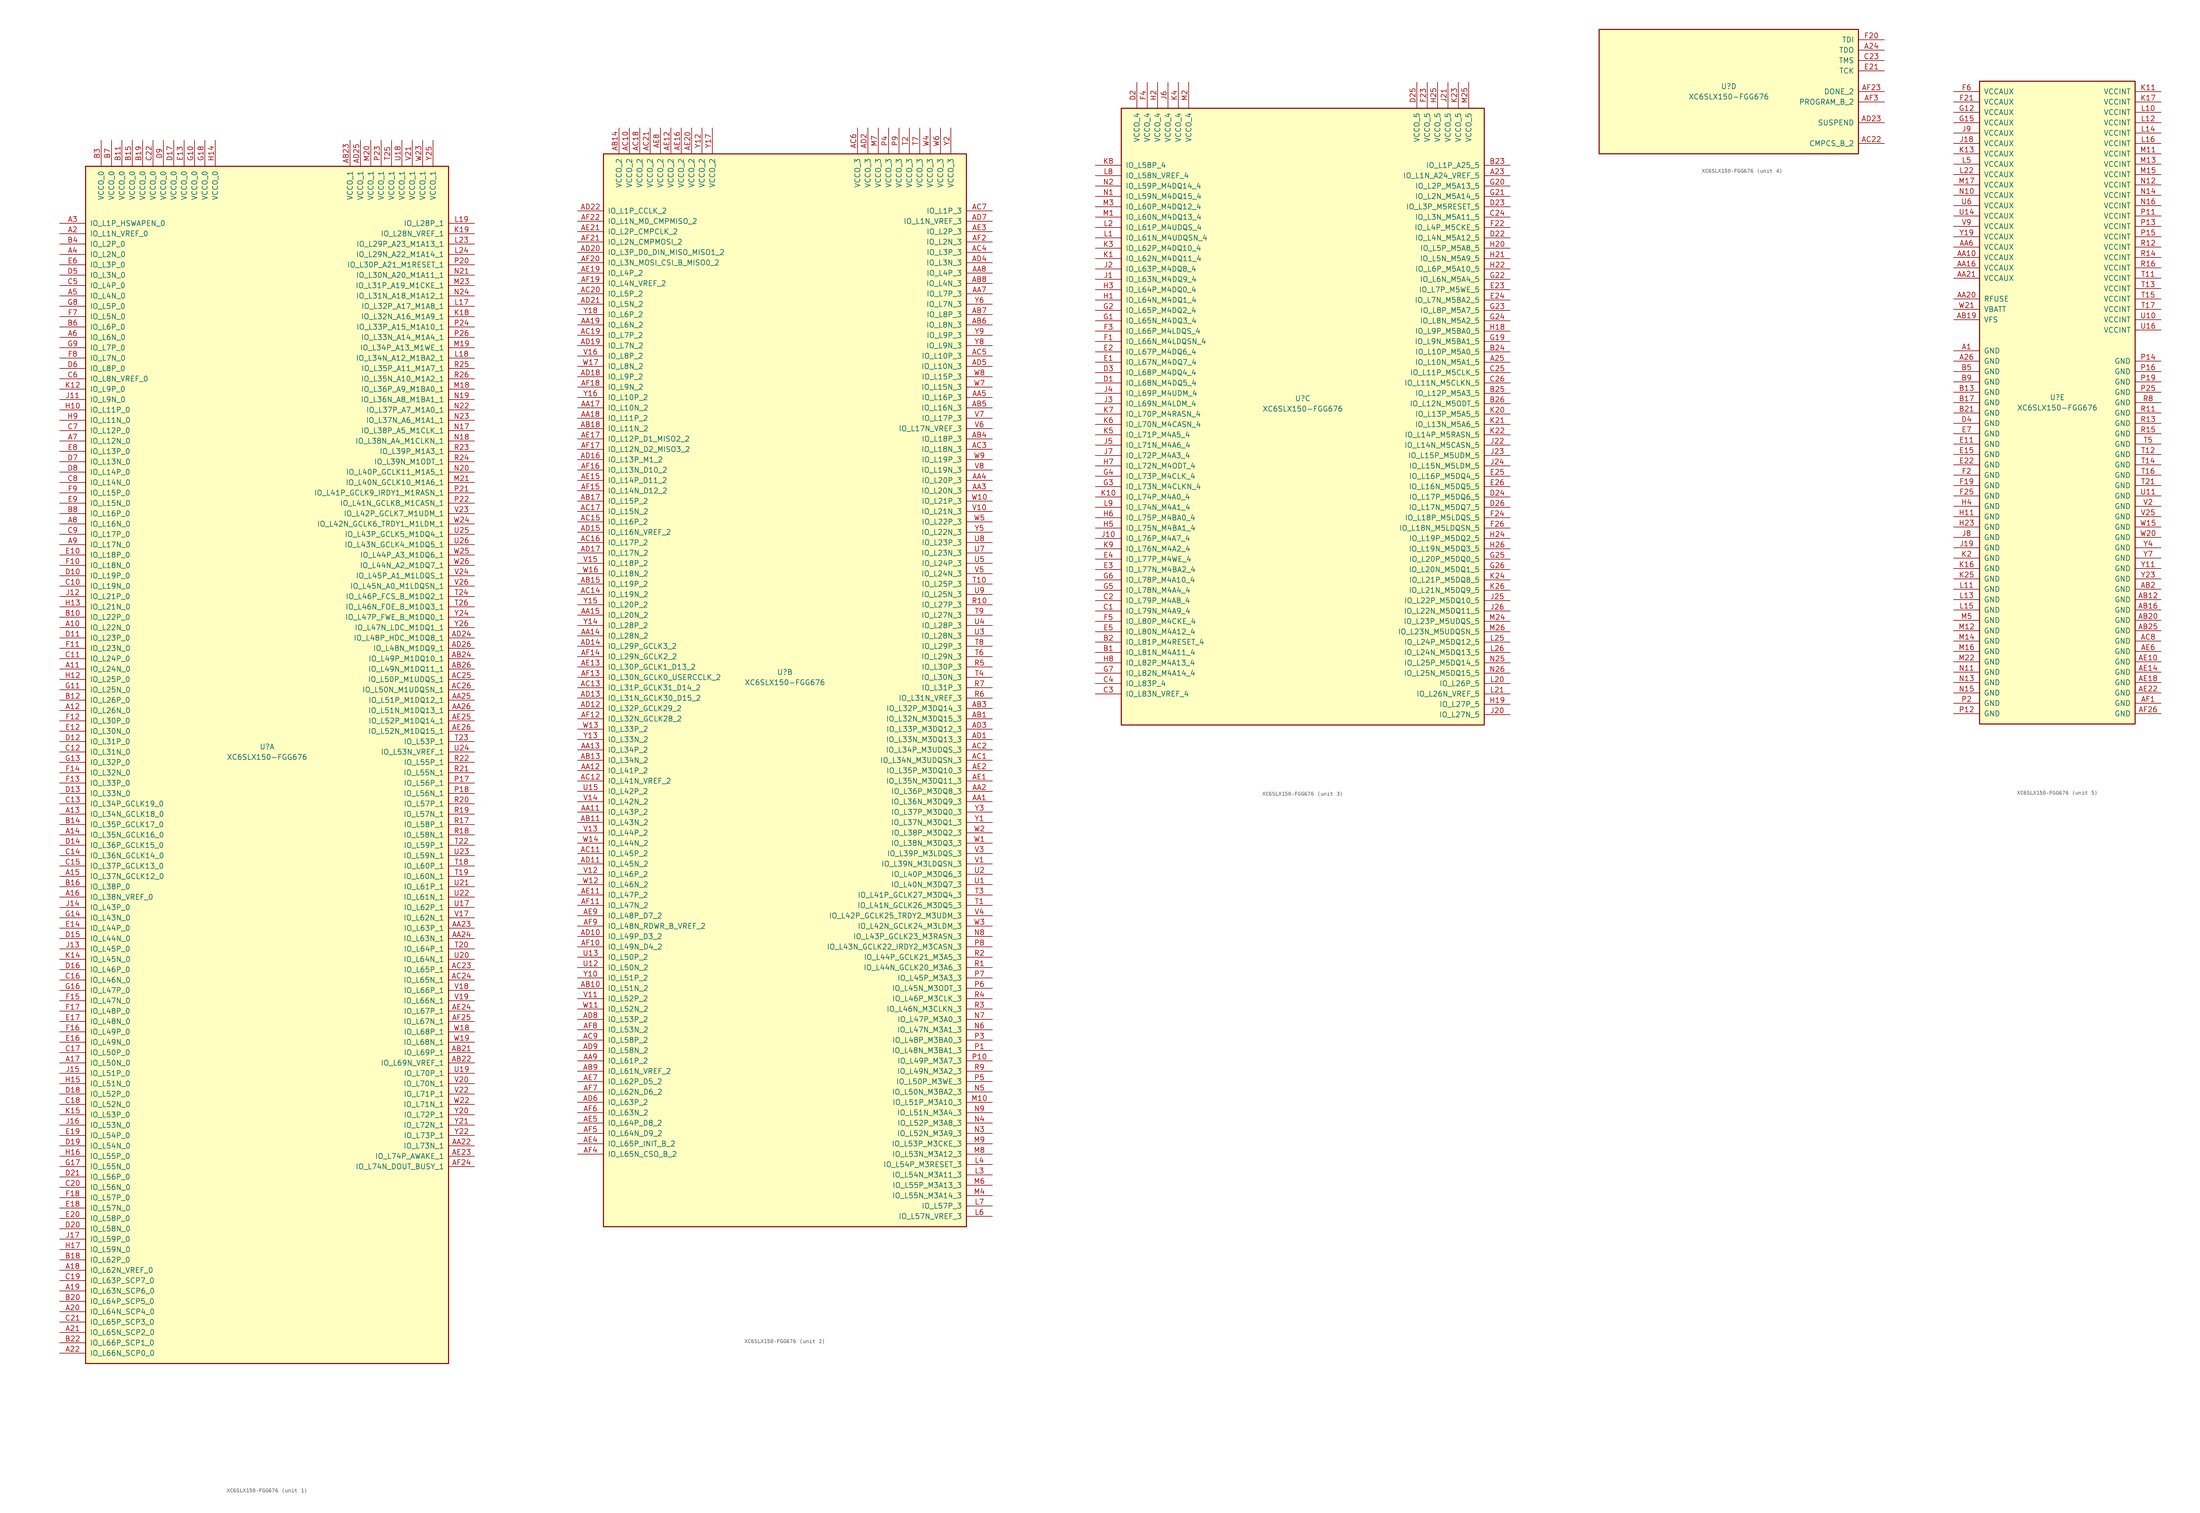
<source format=kicad_sym>
(kicad_symbol_lib
  (version 20201005)
  (generator kicad_symbol_editor)
  (symbol "XC6SLX150-FGG676"
    (pin_names
      (offset 1.016))
    (property "Reference" "U"
      (at 0 1.27 0)
      (effects (font (size 1.27 1.27))))
    (property "Value" "XC6SLX150-FGG676"
      (at 0 -1.27 0)
      (effects (font (size 1.27 1.27))))
    (property "Datasheet" ""
      (at 0 0 0)
      (effects (font (size 1.27 1.27))))
    (property "ki_locked" ""
      (at 0 0 0)
      (effects (font (size 1.27 1.27))))
    (symbol "XC6SLX150-FGG676_1_1"
      (rectangle (start -44.45 143.51) (end 44.45 -149.86) (stroke (width 0.254)) (fill (type background)))
      (pin bidirectional line (at -50.8 30.48 0) (length 6.35) (name "IO_L22N_0" (effects (font (size 1.27 1.27)))) (number "A10" (effects (font (size 1.27 1.27)))))
      (pin bidirectional line (at -50.8 20.32 0) (length 6.35) (name "IO_L24N_0" (effects (font (size 1.27 1.27)))) (number "A11" (effects (font (size 1.27 1.27)))))
      (pin bidirectional line (at -50.8 10.16 0) (length 6.35) (name "IO_L26N_0" (effects (font (size 1.27 1.27)))) (number "A12" (effects (font (size 1.27 1.27)))))
      (pin bidirectional line (at -50.8 -15.24 0) (length 6.35) (name "IO_L34N_GCLK18_0" (effects (font (size 1.27 1.27)))) (number "A13" (effects (font (size 1.27 1.27)))))
      (pin bidirectional line (at -50.8 -20.32 0) (length 6.35) (name "IO_L35N_GCLK16_0" (effects (font (size 1.27 1.27)))) (number "A14" (effects (font (size 1.27 1.27)))))
      (pin bidirectional line (at -50.8 -30.48 0) (length 6.35) (name "IO_L37N_GCLK12_0" (effects (font (size 1.27 1.27)))) (number "A15" (effects (font (size 1.27 1.27)))))
      (pin bidirectional line (at -50.8 -35.56 0) (length 6.35) (name "IO_L38N_VREF_0" (effects (font (size 1.27 1.27)))) (number "A16" (effects (font (size 1.27 1.27)))))
      (pin bidirectional line (at -50.8 -76.2 0) (length 6.35) (name "IO_L50N_0" (effects (font (size 1.27 1.27)))) (number "A17" (effects (font (size 1.27 1.27)))))
      (pin bidirectional line (at -50.8 -127 0) (length 6.35) (name "IO_L62N_VREF_0" (effects (font (size 1.27 1.27)))) (number "A18" (effects (font (size 1.27 1.27)))))
      (pin bidirectional line (at -50.8 -132.08 0) (length 6.35) (name "IO_L63N_SCP6_0" (effects (font (size 1.27 1.27)))) (number "A19" (effects (font (size 1.27 1.27)))))
      (pin bidirectional line (at -50.8 127 0) (length 6.35) (name "IO_L1N_VREF_0" (effects (font (size 1.27 1.27)))) (number "A2" (effects (font (size 1.27 1.27)))))
      (pin bidirectional line (at -50.8 -137.16 0) (length 6.35) (name "IO_L64N_SCP4_0" (effects (font (size 1.27 1.27)))) (number "A20" (effects (font (size 1.27 1.27)))))
      (pin bidirectional line (at -50.8 -142.24 0) (length 6.35) (name "IO_L65N_SCP2_0" (effects (font (size 1.27 1.27)))) (number "A21" (effects (font (size 1.27 1.27)))))
      (pin bidirectional line (at -50.8 -147.32 0) (length 6.35) (name "IO_L66N_SCP0_0" (effects (font (size 1.27 1.27)))) (number "A22" (effects (font (size 1.27 1.27)))))
      (pin bidirectional line (at -50.8 129.54 0) (length 6.35) (name "IO_L1P_HSWAPEN_0" (effects (font (size 1.27 1.27)))) (number "A3" (effects (font (size 1.27 1.27)))))
      (pin bidirectional line (at -50.8 121.92 0) (length 6.35) (name "IO_L2N_0" (effects (font (size 1.27 1.27)))) (number "A4" (effects (font (size 1.27 1.27)))))
      (pin bidirectional line (at -50.8 111.76 0) (length 6.35) (name "IO_L4N_0" (effects (font (size 1.27 1.27)))) (number "A5" (effects (font (size 1.27 1.27)))))
      (pin bidirectional line (at -50.8 101.6 0) (length 6.35) (name "IO_L6N_0" (effects (font (size 1.27 1.27)))) (number "A6" (effects (font (size 1.27 1.27)))))
      (pin bidirectional line (at -50.8 76.2 0) (length 6.35) (name "IO_L12N_0" (effects (font (size 1.27 1.27)))) (number "A7" (effects (font (size 1.27 1.27)))))
      (pin bidirectional line (at -50.8 55.88 0) (length 6.35) (name "IO_L16N_0" (effects (font (size 1.27 1.27)))) (number "A8" (effects (font (size 1.27 1.27)))))
      (pin bidirectional line (at -50.8 50.8 0) (length 6.35) (name "IO_L17N_0" (effects (font (size 1.27 1.27)))) (number "A9" (effects (font (size 1.27 1.27)))))
      (pin bidirectional line (at 50.8 -96.52 180) (length 6.35) (name "IO_L73N_1" (effects (font (size 1.27 1.27)))) (number "AA22" (effects (font (size 1.27 1.27)))))
      (pin bidirectional line (at 50.8 -43.18 180) (length 6.35) (name "IO_L63P_1" (effects (font (size 1.27 1.27)))) (number "AA23" (effects (font (size 1.27 1.27)))))
      (pin bidirectional line (at 50.8 -45.72 180) (length 6.35) (name "IO_L63N_1" (effects (font (size 1.27 1.27)))) (number "AA24" (effects (font (size 1.27 1.27)))))
      (pin bidirectional line (at 50.8 12.7 180) (length 6.35) (name "IO_L51P_M1DQ12_1" (effects (font (size 1.27 1.27)))) (number "AA25" (effects (font (size 1.27 1.27)))))
      (pin bidirectional line (at 50.8 10.16 180) (length 6.35) (name "IO_L51N_M1DQ13_1" (effects (font (size 1.27 1.27)))) (number "AA26" (effects (font (size 1.27 1.27)))))
      (pin bidirectional line (at 50.8 -73.66 180) (length 6.35) (name "IO_L69P_1" (effects (font (size 1.27 1.27)))) (number "AB21" (effects (font (size 1.27 1.27)))))
      (pin bidirectional line (at 50.8 -76.2 180) (length 6.35) (name "IO_L69N_VREF_1" (effects (font (size 1.27 1.27)))) (number "AB22" (effects (font (size 1.27 1.27)))))
      (pin power_in line (at 20.32 149.86 270) (length 6.35) (name "VCCO_1" (effects (font (size 1.27 1.27)))) (number "AB23" (effects (font (size 1.27 1.27)))))
      (pin bidirectional line (at 50.8 22.86 180) (length 6.35) (name "IO_L49P_M1DQ10_1" (effects (font (size 1.27 1.27)))) (number "AB24" (effects (font (size 1.27 1.27)))))
      (pin bidirectional line (at 50.8 20.32 180) (length 6.35) (name "IO_L49N_M1DQ11_1" (effects (font (size 1.27 1.27)))) (number "AB26" (effects (font (size 1.27 1.27)))))
      (pin bidirectional line (at 50.8 -53.34 180) (length 6.35) (name "IO_L65P_1" (effects (font (size 1.27 1.27)))) (number "AC23" (effects (font (size 1.27 1.27)))))
      (pin bidirectional line (at 50.8 -55.88 180) (length 6.35) (name "IO_L65N_1" (effects (font (size 1.27 1.27)))) (number "AC24" (effects (font (size 1.27 1.27)))))
      (pin bidirectional line (at 50.8 17.78 180) (length 6.35) (name "IO_L50P_M1UDQS_1" (effects (font (size 1.27 1.27)))) (number "AC25" (effects (font (size 1.27 1.27)))))
      (pin bidirectional line (at 50.8 15.24 180) (length 6.35) (name "IO_L50N_M1UDQSN_1" (effects (font (size 1.27 1.27)))) (number "AC26" (effects (font (size 1.27 1.27)))))
      (pin bidirectional line (at 50.8 27.94 180) (length 6.35) (name "IO_L48P_HDC_M1DQ8_1" (effects (font (size 1.27 1.27)))) (number "AD24" (effects (font (size 1.27 1.27)))))
      (pin power_in line (at 22.86 149.86 270) (length 6.35) (name "VCCO_1" (effects (font (size 1.27 1.27)))) (number "AD25" (effects (font (size 1.27 1.27)))))
      (pin bidirectional line (at 50.8 25.4 180) (length 6.35) (name "IO_L48N_M1DQ9_1" (effects (font (size 1.27 1.27)))) (number "AD26" (effects (font (size 1.27 1.27)))))
      (pin bidirectional line (at 50.8 -99.06 180) (length 6.35) (name "IO_L74P_AWAKE_1" (effects (font (size 1.27 1.27)))) (number "AE23" (effects (font (size 1.27 1.27)))))
      (pin bidirectional line (at 50.8 -63.5 180) (length 6.35) (name "IO_L67P_1" (effects (font (size 1.27 1.27)))) (number "AE24" (effects (font (size 1.27 1.27)))))
      (pin bidirectional line (at 50.8 7.62 180) (length 6.35) (name "IO_L52P_M1DQ14_1" (effects (font (size 1.27 1.27)))) (number "AE25" (effects (font (size 1.27 1.27)))))
      (pin bidirectional line (at 50.8 5.08 180) (length 6.35) (name "IO_L52N_M1DQ15_1" (effects (font (size 1.27 1.27)))) (number "AE26" (effects (font (size 1.27 1.27)))))
      (pin bidirectional line (at 50.8 -101.6 180) (length 6.35) (name "IO_L74N_DOUT_BUSY_1" (effects (font (size 1.27 1.27)))) (number "AF24" (effects (font (size 1.27 1.27)))))
      (pin bidirectional line (at 50.8 -66.04 180) (length 6.35) (name "IO_L67N_1" (effects (font (size 1.27 1.27)))) (number "AF25" (effects (font (size 1.27 1.27)))))
      (pin bidirectional line (at -50.8 33.02 0) (length 6.35) (name "IO_L22P_0" (effects (font (size 1.27 1.27)))) (number "B10" (effects (font (size 1.27 1.27)))))
      (pin power_in line (at -35.56 149.86 270) (length 6.35) (name "VCCO_0" (effects (font (size 1.27 1.27)))) (number "B11" (effects (font (size 1.27 1.27)))))
      (pin bidirectional line (at -50.8 12.7 0) (length 6.35) (name "IO_L26P_0" (effects (font (size 1.27 1.27)))) (number "B12" (effects (font (size 1.27 1.27)))))
      (pin bidirectional line (at -50.8 -17.78 0) (length 6.35) (name "IO_L35P_GCLK17_0" (effects (font (size 1.27 1.27)))) (number "B14" (effects (font (size 1.27 1.27)))))
      (pin power_in line (at -33.02 149.86 270) (length 6.35) (name "VCCO_0" (effects (font (size 1.27 1.27)))) (number "B15" (effects (font (size 1.27 1.27)))))
      (pin bidirectional line (at -50.8 -33.02 0) (length 6.35) (name "IO_L38P_0" (effects (font (size 1.27 1.27)))) (number "B16" (effects (font (size 1.27 1.27)))))
      (pin bidirectional line (at -50.8 -124.46 0) (length 6.35) (name "IO_L62P_0" (effects (font (size 1.27 1.27)))) (number "B18" (effects (font (size 1.27 1.27)))))
      (pin power_in line (at -30.48 149.86 270) (length 6.35) (name "VCCO_0" (effects (font (size 1.27 1.27)))) (number "B19" (effects (font (size 1.27 1.27)))))
      (pin bidirectional line (at -50.8 -134.62 0) (length 6.35) (name "IO_L64P_SCP5_0" (effects (font (size 1.27 1.27)))) (number "B20" (effects (font (size 1.27 1.27)))))
      (pin bidirectional line (at -50.8 -144.78 0) (length 6.35) (name "IO_L66P_SCP1_0" (effects (font (size 1.27 1.27)))) (number "B22" (effects (font (size 1.27 1.27)))))
      (pin power_in line (at -40.64 149.86 270) (length 6.35) (name "VCCO_0" (effects (font (size 1.27 1.27)))) (number "B3" (effects (font (size 1.27 1.27)))))
      (pin bidirectional line (at -50.8 124.46 0) (length 6.35) (name "IO_L2P_0" (effects (font (size 1.27 1.27)))) (number "B4" (effects (font (size 1.27 1.27)))))
      (pin bidirectional line (at -50.8 104.14 0) (length 6.35) (name "IO_L6P_0" (effects (font (size 1.27 1.27)))) (number "B6" (effects (font (size 1.27 1.27)))))
      (pin power_in line (at -38.1 149.86 270) (length 6.35) (name "VCCO_0" (effects (font (size 1.27 1.27)))) (number "B7" (effects (font (size 1.27 1.27)))))
      (pin bidirectional line (at -50.8 58.42 0) (length 6.35) (name "IO_L16P_0" (effects (font (size 1.27 1.27)))) (number "B8" (effects (font (size 1.27 1.27)))))
      (pin bidirectional line (at -50.8 40.64 0) (length 6.35) (name "IO_L19N_0" (effects (font (size 1.27 1.27)))) (number "C10" (effects (font (size 1.27 1.27)))))
      (pin bidirectional line (at -50.8 22.86 0) (length 6.35) (name "IO_L24P_0" (effects (font (size 1.27 1.27)))) (number "C11" (effects (font (size 1.27 1.27)))))
      (pin bidirectional line (at -50.8 0 0) (length 6.35) (name "IO_L31N_0" (effects (font (size 1.27 1.27)))) (number "C12" (effects (font (size 1.27 1.27)))))
      (pin bidirectional line (at -50.8 -12.7 0) (length 6.35) (name "IO_L34P_GCLK19_0" (effects (font (size 1.27 1.27)))) (number "C13" (effects (font (size 1.27 1.27)))))
      (pin bidirectional line (at -50.8 -25.4 0) (length 6.35) (name "IO_L36N_GCLK14_0" (effects (font (size 1.27 1.27)))) (number "C14" (effects (font (size 1.27 1.27)))))
      (pin bidirectional line (at -50.8 -27.94 0) (length 6.35) (name "IO_L37P_GCLK13_0" (effects (font (size 1.27 1.27)))) (number "C15" (effects (font (size 1.27 1.27)))))
      (pin bidirectional line (at -50.8 -55.88 0) (length 6.35) (name "IO_L46N_0" (effects (font (size 1.27 1.27)))) (number "C16" (effects (font (size 1.27 1.27)))))
      (pin bidirectional line (at -50.8 -73.66 0) (length 6.35) (name "IO_L50P_0" (effects (font (size 1.27 1.27)))) (number "C17" (effects (font (size 1.27 1.27)))))
      (pin bidirectional line (at -50.8 -86.36 0) (length 6.35) (name "IO_L52N_0" (effects (font (size 1.27 1.27)))) (number "C18" (effects (font (size 1.27 1.27)))))
      (pin bidirectional line (at -50.8 -129.54 0) (length 6.35) (name "IO_L63P_SCP7_0" (effects (font (size 1.27 1.27)))) (number "C19" (effects (font (size 1.27 1.27)))))
      (pin bidirectional line (at -50.8 -106.68 0) (length 6.35) (name "IO_L56N_0" (effects (font (size 1.27 1.27)))) (number "C20" (effects (font (size 1.27 1.27)))))
      (pin bidirectional line (at -50.8 -139.7 0) (length 6.35) (name "IO_L65P_SCP3_0" (effects (font (size 1.27 1.27)))) (number "C21" (effects (font (size 1.27 1.27)))))
      (pin power_in line (at -27.94 149.86 270) (length 6.35) (name "VCCO_0" (effects (font (size 1.27 1.27)))) (number "C22" (effects (font (size 1.27 1.27)))))
      (pin bidirectional line (at -50.8 114.3 0) (length 6.35) (name "IO_L4P_0" (effects (font (size 1.27 1.27)))) (number "C5" (effects (font (size 1.27 1.27)))))
      (pin bidirectional line (at -50.8 91.44 0) (length 6.35) (name "IO_L8N_VREF_0" (effects (font (size 1.27 1.27)))) (number "C6" (effects (font (size 1.27 1.27)))))
      (pin bidirectional line (at -50.8 78.74 0) (length 6.35) (name "IO_L12P_0" (effects (font (size 1.27 1.27)))) (number "C7" (effects (font (size 1.27 1.27)))))
      (pin bidirectional line (at -50.8 66.04 0) (length 6.35) (name "IO_L14N_0" (effects (font (size 1.27 1.27)))) (number "C8" (effects (font (size 1.27 1.27)))))
      (pin bidirectional line (at -50.8 53.34 0) (length 6.35) (name "IO_L17P_0" (effects (font (size 1.27 1.27)))) (number "C9" (effects (font (size 1.27 1.27)))))
      (pin bidirectional line (at -50.8 43.18 0) (length 6.35) (name "IO_L19P_0" (effects (font (size 1.27 1.27)))) (number "D10" (effects (font (size 1.27 1.27)))))
      (pin bidirectional line (at -50.8 27.94 0) (length 6.35) (name "IO_L23P_0" (effects (font (size 1.27 1.27)))) (number "D11" (effects (font (size 1.27 1.27)))))
      (pin bidirectional line (at -50.8 2.54 0) (length 6.35) (name "IO_L31P_0" (effects (font (size 1.27 1.27)))) (number "D12" (effects (font (size 1.27 1.27)))))
      (pin bidirectional line (at -50.8 -10.16 0) (length 6.35) (name "IO_L33N_0" (effects (font (size 1.27 1.27)))) (number "D13" (effects (font (size 1.27 1.27)))))
      (pin bidirectional line (at -50.8 -22.86 0) (length 6.35) (name "IO_L36P_GCLK15_0" (effects (font (size 1.27 1.27)))) (number "D14" (effects (font (size 1.27 1.27)))))
      (pin bidirectional line (at -50.8 -45.72 0) (length 6.35) (name "IO_L44N_0" (effects (font (size 1.27 1.27)))) (number "D15" (effects (font (size 1.27 1.27)))))
      (pin bidirectional line (at -50.8 -53.34 0) (length 6.35) (name "IO_L46P_0" (effects (font (size 1.27 1.27)))) (number "D16" (effects (font (size 1.27 1.27)))))
      (pin power_in line (at -22.86 149.86 270) (length 6.35) (name "VCCO_0" (effects (font (size 1.27 1.27)))) (number "D17" (effects (font (size 1.27 1.27)))))
      (pin bidirectional line (at -50.8 -83.82 0) (length 6.35) (name "IO_L52P_0" (effects (font (size 1.27 1.27)))) (number "D18" (effects (font (size 1.27 1.27)))))
      (pin bidirectional line (at -50.8 -96.52 0) (length 6.35) (name "IO_L54N_0" (effects (font (size 1.27 1.27)))) (number "D19" (effects (font (size 1.27 1.27)))))
      (pin bidirectional line (at -50.8 -116.84 0) (length 6.35) (name "IO_L58N_0" (effects (font (size 1.27 1.27)))) (number "D20" (effects (font (size 1.27 1.27)))))
      (pin bidirectional line (at -50.8 -104.14 0) (length 6.35) (name "IO_L56P_0" (effects (font (size 1.27 1.27)))) (number "D21" (effects (font (size 1.27 1.27)))))
      (pin bidirectional line (at -50.8 116.84 0) (length 6.35) (name "IO_L3N_0" (effects (font (size 1.27 1.27)))) (number "D5" (effects (font (size 1.27 1.27)))))
      (pin bidirectional line (at -50.8 93.98 0) (length 6.35) (name "IO_L8P_0" (effects (font (size 1.27 1.27)))) (number "D6" (effects (font (size 1.27 1.27)))))
      (pin bidirectional line (at -50.8 71.12 0) (length 6.35) (name "IO_L13N_0" (effects (font (size 1.27 1.27)))) (number "D7" (effects (font (size 1.27 1.27)))))
      (pin bidirectional line (at -50.8 68.58 0) (length 6.35) (name "IO_L14P_0" (effects (font (size 1.27 1.27)))) (number "D8" (effects (font (size 1.27 1.27)))))
      (pin power_in line (at -25.4 149.86 270) (length 6.35) (name "VCCO_0" (effects (font (size 1.27 1.27)))) (number "D9" (effects (font (size 1.27 1.27)))))
      (pin bidirectional line (at -50.8 48.26 0) (length 6.35) (name "IO_L18P_0" (effects (font (size 1.27 1.27)))) (number "E10" (effects (font (size 1.27 1.27)))))
      (pin bidirectional line (at -50.8 5.08 0) (length 6.35) (name "IO_L30N_0" (effects (font (size 1.27 1.27)))) (number "E12" (effects (font (size 1.27 1.27)))))
      (pin power_in line (at -20.32 149.86 270) (length 6.35) (name "VCCO_0" (effects (font (size 1.27 1.27)))) (number "E13" (effects (font (size 1.27 1.27)))))
      (pin bidirectional line (at -50.8 -43.18 0) (length 6.35) (name "IO_L44P_0" (effects (font (size 1.27 1.27)))) (number "E14" (effects (font (size 1.27 1.27)))))
      (pin bidirectional line (at -50.8 -71.12 0) (length 6.35) (name "IO_L49N_0" (effects (font (size 1.27 1.27)))) (number "E16" (effects (font (size 1.27 1.27)))))
      (pin bidirectional line (at -50.8 -66.04 0) (length 6.35) (name "IO_L48N_0" (effects (font (size 1.27 1.27)))) (number "E17" (effects (font (size 1.27 1.27)))))
      (pin bidirectional line (at -50.8 -111.76 0) (length 6.35) (name "IO_L57N_0" (effects (font (size 1.27 1.27)))) (number "E18" (effects (font (size 1.27 1.27)))))
      (pin bidirectional line (at -50.8 -93.98 0) (length 6.35) (name "IO_L54P_0" (effects (font (size 1.27 1.27)))) (number "E19" (effects (font (size 1.27 1.27)))))
      (pin bidirectional line (at -50.8 -114.3 0) (length 6.35) (name "IO_L58P_0" (effects (font (size 1.27 1.27)))) (number "E20" (effects (font (size 1.27 1.27)))))
      (pin bidirectional line (at -50.8 119.38 0) (length 6.35) (name "IO_L3P_0" (effects (font (size 1.27 1.27)))) (number "E6" (effects (font (size 1.27 1.27)))))
      (pin bidirectional line (at -50.8 73.66 0) (length 6.35) (name "IO_L13P_0" (effects (font (size 1.27 1.27)))) (number "E8" (effects (font (size 1.27 1.27)))))
      (pin bidirectional line (at -50.8 60.96 0) (length 6.35) (name "IO_L15N_0" (effects (font (size 1.27 1.27)))) (number "E9" (effects (font (size 1.27 1.27)))))
      (pin bidirectional line (at -50.8 45.72 0) (length 6.35) (name "IO_L18N_0" (effects (font (size 1.27 1.27)))) (number "F10" (effects (font (size 1.27 1.27)))))
      (pin bidirectional line (at -50.8 25.4 0) (length 6.35) (name "IO_L23N_0" (effects (font (size 1.27 1.27)))) (number "F11" (effects (font (size 1.27 1.27)))))
      (pin bidirectional line (at -50.8 7.62 0) (length 6.35) (name "IO_L30P_0" (effects (font (size 1.27 1.27)))) (number "F12" (effects (font (size 1.27 1.27)))))
      (pin bidirectional line (at -50.8 -7.62 0) (length 6.35) (name "IO_L33P_0" (effects (font (size 1.27 1.27)))) (number "F13" (effects (font (size 1.27 1.27)))))
      (pin bidirectional line (at -50.8 -5.08 0) (length 6.35) (name "IO_L32N_0" (effects (font (size 1.27 1.27)))) (number "F14" (effects (font (size 1.27 1.27)))))
      (pin bidirectional line (at -50.8 -60.96 0) (length 6.35) (name "IO_L47N_0" (effects (font (size 1.27 1.27)))) (number "F15" (effects (font (size 1.27 1.27)))))
      (pin bidirectional line (at -50.8 -68.58 0) (length 6.35) (name "IO_L49P_0" (effects (font (size 1.27 1.27)))) (number "F16" (effects (font (size 1.27 1.27)))))
      (pin bidirectional line (at -50.8 -63.5 0) (length 6.35) (name "IO_L48P_0" (effects (font (size 1.27 1.27)))) (number "F17" (effects (font (size 1.27 1.27)))))
      (pin bidirectional line (at -50.8 -109.22 0) (length 6.35) (name "IO_L57P_0" (effects (font (size 1.27 1.27)))) (number "F18" (effects (font (size 1.27 1.27)))))
      (pin bidirectional line (at -50.8 106.68 0) (length 6.35) (name "IO_L5N_0" (effects (font (size 1.27 1.27)))) (number "F7" (effects (font (size 1.27 1.27)))))
      (pin bidirectional line (at -50.8 96.52 0) (length 6.35) (name "IO_L7N_0" (effects (font (size 1.27 1.27)))) (number "F8" (effects (font (size 1.27 1.27)))))
      (pin bidirectional line (at -50.8 63.5 0) (length 6.35) (name "IO_L15P_0" (effects (font (size 1.27 1.27)))) (number "F9" (effects (font (size 1.27 1.27)))))
      (pin power_in line (at -17.78 149.86 270) (length 6.35) (name "VCCO_0" (effects (font (size 1.27 1.27)))) (number "G10" (effects (font (size 1.27 1.27)))))
      (pin bidirectional line (at -50.8 15.24 0) (length 6.35) (name "IO_L25N_0" (effects (font (size 1.27 1.27)))) (number "G11" (effects (font (size 1.27 1.27)))))
      (pin bidirectional line (at -50.8 -2.54 0) (length 6.35) (name "IO_L32P_0" (effects (font (size 1.27 1.27)))) (number "G13" (effects (font (size 1.27 1.27)))))
      (pin bidirectional line (at -50.8 -40.64 0) (length 6.35) (name "IO_L43N_0" (effects (font (size 1.27 1.27)))) (number "G14" (effects (font (size 1.27 1.27)))))
      (pin bidirectional line (at -50.8 -58.42 0) (length 6.35) (name "IO_L47P_0" (effects (font (size 1.27 1.27)))) (number "G16" (effects (font (size 1.27 1.27)))))
      (pin bidirectional line (at -50.8 -101.6 0) (length 6.35) (name "IO_L55N_0" (effects (font (size 1.27 1.27)))) (number "G17" (effects (font (size 1.27 1.27)))))
      (pin power_in line (at -15.24 149.86 270) (length 6.35) (name "VCCO_0" (effects (font (size 1.27 1.27)))) (number "G18" (effects (font (size 1.27 1.27)))))
      (pin bidirectional line (at -50.8 109.22 0) (length 6.35) (name "IO_L5P_0" (effects (font (size 1.27 1.27)))) (number "G8" (effects (font (size 1.27 1.27)))))
      (pin bidirectional line (at -50.8 99.06 0) (length 6.35) (name "IO_L7P_0" (effects (font (size 1.27 1.27)))) (number "G9" (effects (font (size 1.27 1.27)))))
      (pin bidirectional line (at -50.8 83.82 0) (length 6.35) (name "IO_L11P_0" (effects (font (size 1.27 1.27)))) (number "H10" (effects (font (size 1.27 1.27)))))
      (pin bidirectional line (at -50.8 17.78 0) (length 6.35) (name "IO_L25P_0" (effects (font (size 1.27 1.27)))) (number "H12" (effects (font (size 1.27 1.27)))))
      (pin bidirectional line (at -50.8 35.56 0) (length 6.35) (name "IO_L21N_0" (effects (font (size 1.27 1.27)))) (number "H13" (effects (font (size 1.27 1.27)))))
      (pin power_in line (at -12.7 149.86 270) (length 6.35) (name "VCCO_0" (effects (font (size 1.27 1.27)))) (number "H14" (effects (font (size 1.27 1.27)))))
      (pin bidirectional line (at -50.8 -81.28 0) (length 6.35) (name "IO_L51N_0" (effects (font (size 1.27 1.27)))) (number "H15" (effects (font (size 1.27 1.27)))))
      (pin bidirectional line (at -50.8 -99.06 0) (length 6.35) (name "IO_L55P_0" (effects (font (size 1.27 1.27)))) (number "H16" (effects (font (size 1.27 1.27)))))
      (pin bidirectional line (at -50.8 -121.92 0) (length 6.35) (name "IO_L59N_0" (effects (font (size 1.27 1.27)))) (number "H17" (effects (font (size 1.27 1.27)))))
      (pin bidirectional line (at -50.8 81.28 0) (length 6.35) (name "IO_L11N_0" (effects (font (size 1.27 1.27)))) (number "H9" (effects (font (size 1.27 1.27)))))
      (pin bidirectional line (at -50.8 86.36 0) (length 6.35) (name "IO_L9N_0" (effects (font (size 1.27 1.27)))) (number "J11" (effects (font (size 1.27 1.27)))))
      (pin bidirectional line (at -50.8 38.1 0) (length 6.35) (name "IO_L21P_0" (effects (font (size 1.27 1.27)))) (number "J12" (effects (font (size 1.27 1.27)))))
      (pin bidirectional line (at -50.8 -48.26 0) (length 6.35) (name "IO_L45P_0" (effects (font (size 1.27 1.27)))) (number "J13" (effects (font (size 1.27 1.27)))))
      (pin bidirectional line (at -50.8 -38.1 0) (length 6.35) (name "IO_L43P_0" (effects (font (size 1.27 1.27)))) (number "J14" (effects (font (size 1.27 1.27)))))
      (pin bidirectional line (at -50.8 -78.74 0) (length 6.35) (name "IO_L51P_0" (effects (font (size 1.27 1.27)))) (number "J15" (effects (font (size 1.27 1.27)))))
      (pin bidirectional line (at -50.8 -91.44 0) (length 6.35) (name "IO_L53N_0" (effects (font (size 1.27 1.27)))) (number "J16" (effects (font (size 1.27 1.27)))))
      (pin bidirectional line (at -50.8 -119.38 0) (length 6.35) (name "IO_L59P_0" (effects (font (size 1.27 1.27)))) (number "J17" (effects (font (size 1.27 1.27)))))
      (pin bidirectional line (at -50.8 88.9 0) (length 6.35) (name "IO_L9P_0" (effects (font (size 1.27 1.27)))) (number "K12" (effects (font (size 1.27 1.27)))))
      (pin bidirectional line (at -50.8 -50.8 0) (length 6.35) (name "IO_L45N_0" (effects (font (size 1.27 1.27)))) (number "K14" (effects (font (size 1.27 1.27)))))
      (pin bidirectional line (at -50.8 -88.9 0) (length 6.35) (name "IO_L53P_0" (effects (font (size 1.27 1.27)))) (number "K15" (effects (font (size 1.27 1.27)))))
      (pin bidirectional line (at 50.8 106.68 180) (length 6.35) (name "IO_L32N_A16_M1A9_1" (effects (font (size 1.27 1.27)))) (number "K18" (effects (font (size 1.27 1.27)))))
      (pin bidirectional line (at 50.8 127 180) (length 6.35) (name "IO_L28N_VREF_1" (effects (font (size 1.27 1.27)))) (number "K19" (effects (font (size 1.27 1.27)))))
      (pin bidirectional line (at 50.8 109.22 180) (length 6.35) (name "IO_L32P_A17_M1A8_1" (effects (font (size 1.27 1.27)))) (number "L17" (effects (font (size 1.27 1.27)))))
      (pin bidirectional line (at 50.8 96.52 180) (length 6.35) (name "IO_L34N_A12_M1BA2_1" (effects (font (size 1.27 1.27)))) (number "L18" (effects (font (size 1.27 1.27)))))
      (pin bidirectional line (at 50.8 129.54 180) (length 6.35) (name "IO_L28P_1" (effects (font (size 1.27 1.27)))) (number "L19" (effects (font (size 1.27 1.27)))))
      (pin bidirectional line (at 50.8 124.46 180) (length 6.35) (name "IO_L29P_A23_M1A13_1" (effects (font (size 1.27 1.27)))) (number "L23" (effects (font (size 1.27 1.27)))))
      (pin bidirectional line (at 50.8 121.92 180) (length 6.35) (name "IO_L29N_A22_M1A14_1" (effects (font (size 1.27 1.27)))) (number "L24" (effects (font (size 1.27 1.27)))))
      (pin bidirectional line (at 50.8 88.9 180) (length 6.35) (name "IO_L36P_A9_M1BA0_1" (effects (font (size 1.27 1.27)))) (number "M18" (effects (font (size 1.27 1.27)))))
      (pin bidirectional line (at 50.8 99.06 180) (length 6.35) (name "IO_L34P_A13_M1WE_1" (effects (font (size 1.27 1.27)))) (number "M19" (effects (font (size 1.27 1.27)))))
      (pin power_in line (at 25.4 149.86 270) (length 6.35) (name "VCCO_1" (effects (font (size 1.27 1.27)))) (number "M20" (effects (font (size 1.27 1.27)))))
      (pin bidirectional line (at 50.8 66.04 180) (length 6.35) (name "IO_L40N_GCLK10_M1A6_1" (effects (font (size 1.27 1.27)))) (number "M21" (effects (font (size 1.27 1.27)))))
      (pin bidirectional line (at 50.8 114.3 180) (length 6.35) (name "IO_L31P_A19_M1CKE_1" (effects (font (size 1.27 1.27)))) (number "M23" (effects (font (size 1.27 1.27)))))
      (pin bidirectional line (at 50.8 78.74 180) (length 6.35) (name "IO_L38P_A5_M1CLK_1" (effects (font (size 1.27 1.27)))) (number "N17" (effects (font (size 1.27 1.27)))))
      (pin bidirectional line (at 50.8 76.2 180) (length 6.35) (name "IO_L38N_A4_M1CLKN_1" (effects (font (size 1.27 1.27)))) (number "N18" (effects (font (size 1.27 1.27)))))
      (pin bidirectional line (at 50.8 86.36 180) (length 6.35) (name "IO_L36N_A8_M1BA1_1" (effects (font (size 1.27 1.27)))) (number "N19" (effects (font (size 1.27 1.27)))))
      (pin bidirectional line (at 50.8 68.58 180) (length 6.35) (name "IO_L40P_GCLK11_M1A5_1" (effects (font (size 1.27 1.27)))) (number "N20" (effects (font (size 1.27 1.27)))))
      (pin bidirectional line (at 50.8 116.84 180) (length 6.35) (name "IO_L30N_A20_M1A11_1" (effects (font (size 1.27 1.27)))) (number "N21" (effects (font (size 1.27 1.27)))))
      (pin bidirectional line (at 50.8 83.82 180) (length 6.35) (name "IO_L37P_A7_M1A0_1" (effects (font (size 1.27 1.27)))) (number "N22" (effects (font (size 1.27 1.27)))))
      (pin bidirectional line (at 50.8 81.28 180) (length 6.35) (name "IO_L37N_A6_M1A1_1" (effects (font (size 1.27 1.27)))) (number "N23" (effects (font (size 1.27 1.27)))))
      (pin bidirectional line (at 50.8 111.76 180) (length 6.35) (name "IO_L31N_A18_M1A12_1" (effects (font (size 1.27 1.27)))) (number "N24" (effects (font (size 1.27 1.27)))))
      (pin bidirectional line (at 50.8 -7.62 180) (length 6.35) (name "IO_L56P_1" (effects (font (size 1.27 1.27)))) (number "P17" (effects (font (size 1.27 1.27)))))
      (pin bidirectional line (at 50.8 -10.16 180) (length 6.35) (name "IO_L56N_1" (effects (font (size 1.27 1.27)))) (number "P18" (effects (font (size 1.27 1.27)))))
      (pin bidirectional line (at 50.8 119.38 180) (length 6.35) (name "IO_L30P_A21_M1RESET_1" (effects (font (size 1.27 1.27)))) (number "P20" (effects (font (size 1.27 1.27)))))
      (pin bidirectional line (at 50.8 63.5 180) (length 6.35) (name "IO_L41P_GCLK9_IRDY1_M1RASN_1" (effects (font (size 1.27 1.27)))) (number "P21" (effects (font (size 1.27 1.27)))))
      (pin bidirectional line (at 50.8 60.96 180) (length 6.35) (name "IO_L41N_GCLK8_M1CASN_1" (effects (font (size 1.27 1.27)))) (number "P22" (effects (font (size 1.27 1.27)))))
      (pin power_in line (at 27.94 149.86 270) (length 6.35) (name "VCCO_1" (effects (font (size 1.27 1.27)))) (number "P23" (effects (font (size 1.27 1.27)))))
      (pin bidirectional line (at 50.8 104.14 180) (length 6.35) (name "IO_L33P_A15_M1A10_1" (effects (font (size 1.27 1.27)))) (number "P24" (effects (font (size 1.27 1.27)))))
      (pin bidirectional line (at 50.8 101.6 180) (length 6.35) (name "IO_L33N_A14_M1A4_1" (effects (font (size 1.27 1.27)))) (number "P26" (effects (font (size 1.27 1.27)))))
      (pin bidirectional line (at 50.8 -17.78 180) (length 6.35) (name "IO_L58P_1" (effects (font (size 1.27 1.27)))) (number "R17" (effects (font (size 1.27 1.27)))))
      (pin bidirectional line (at 50.8 -20.32 180) (length 6.35) (name "IO_L58N_1" (effects (font (size 1.27 1.27)))) (number "R18" (effects (font (size 1.27 1.27)))))
      (pin bidirectional line (at 50.8 -15.24 180) (length 6.35) (name "IO_L57N_1" (effects (font (size 1.27 1.27)))) (number "R19" (effects (font (size 1.27 1.27)))))
      (pin bidirectional line (at 50.8 -12.7 180) (length 6.35) (name "IO_L57P_1" (effects (font (size 1.27 1.27)))) (number "R20" (effects (font (size 1.27 1.27)))))
      (pin bidirectional line (at 50.8 -5.08 180) (length 6.35) (name "IO_L55N_1" (effects (font (size 1.27 1.27)))) (number "R21" (effects (font (size 1.27 1.27)))))
      (pin bidirectional line (at 50.8 -2.54 180) (length 6.35) (name "IO_L55P_1" (effects (font (size 1.27 1.27)))) (number "R22" (effects (font (size 1.27 1.27)))))
      (pin bidirectional line (at 50.8 73.66 180) (length 6.35) (name "IO_L39P_M1A3_1" (effects (font (size 1.27 1.27)))) (number "R23" (effects (font (size 1.27 1.27)))))
      (pin bidirectional line (at 50.8 71.12 180) (length 6.35) (name "IO_L39N_M1ODT_1" (effects (font (size 1.27 1.27)))) (number "R24" (effects (font (size 1.27 1.27)))))
      (pin bidirectional line (at 50.8 93.98 180) (length 6.35) (name "IO_L35P_A11_M1A7_1" (effects (font (size 1.27 1.27)))) (number "R25" (effects (font (size 1.27 1.27)))))
      (pin bidirectional line (at 50.8 91.44 180) (length 6.35) (name "IO_L35N_A10_M1A2_1" (effects (font (size 1.27 1.27)))) (number "R26" (effects (font (size 1.27 1.27)))))
      (pin bidirectional line (at 50.8 -27.94 180) (length 6.35) (name "IO_L60P_1" (effects (font (size 1.27 1.27)))) (number "T18" (effects (font (size 1.27 1.27)))))
      (pin bidirectional line (at 50.8 -30.48 180) (length 6.35) (name "IO_L60N_1" (effects (font (size 1.27 1.27)))) (number "T19" (effects (font (size 1.27 1.27)))))
      (pin bidirectional line (at 50.8 -48.26 180) (length 6.35) (name "IO_L64P_1" (effects (font (size 1.27 1.27)))) (number "T20" (effects (font (size 1.27 1.27)))))
      (pin bidirectional line (at 50.8 -22.86 180) (length 6.35) (name "IO_L59P_1" (effects (font (size 1.27 1.27)))) (number "T22" (effects (font (size 1.27 1.27)))))
      (pin bidirectional line (at 50.8 2.54 180) (length 6.35) (name "IO_L53P_1" (effects (font (size 1.27 1.27)))) (number "T23" (effects (font (size 1.27 1.27)))))
      (pin bidirectional line (at 50.8 38.1 180) (length 6.35) (name "IO_L46P_FCS_B_M1DQ2_1" (effects (font (size 1.27 1.27)))) (number "T24" (effects (font (size 1.27 1.27)))))
      (pin power_in line (at 30.48 149.86 270) (length 6.35) (name "VCCO_1" (effects (font (size 1.27 1.27)))) (number "T25" (effects (font (size 1.27 1.27)))))
      (pin bidirectional line (at 50.8 35.56 180) (length 6.35) (name "IO_L46N_FOE_B_M1DQ3_1" (effects (font (size 1.27 1.27)))) (number "T26" (effects (font (size 1.27 1.27)))))
      (pin bidirectional line (at 50.8 -38.1 180) (length 6.35) (name "IO_L62P_1" (effects (font (size 1.27 1.27)))) (number "U17" (effects (font (size 1.27 1.27)))))
      (pin power_in line (at 33.02 149.86 270) (length 6.35) (name "VCCO_1" (effects (font (size 1.27 1.27)))) (number "U18" (effects (font (size 1.27 1.27)))))
      (pin bidirectional line (at 50.8 -78.74 180) (length 6.35) (name "IO_L70P_1" (effects (font (size 1.27 1.27)))) (number "U19" (effects (font (size 1.27 1.27)))))
      (pin bidirectional line (at 50.8 -50.8 180) (length 6.35) (name "IO_L64N_1" (effects (font (size 1.27 1.27)))) (number "U20" (effects (font (size 1.27 1.27)))))
      (pin bidirectional line (at 50.8 -33.02 180) (length 6.35) (name "IO_L61P_1" (effects (font (size 1.27 1.27)))) (number "U21" (effects (font (size 1.27 1.27)))))
      (pin bidirectional line (at 50.8 -35.56 180) (length 6.35) (name "IO_L61N_1" (effects (font (size 1.27 1.27)))) (number "U22" (effects (font (size 1.27 1.27)))))
      (pin bidirectional line (at 50.8 -25.4 180) (length 6.35) (name "IO_L59N_1" (effects (font (size 1.27 1.27)))) (number "U23" (effects (font (size 1.27 1.27)))))
      (pin bidirectional line (at 50.8 0 180) (length 6.35) (name "IO_L53N_VREF_1" (effects (font (size 1.27 1.27)))) (number "U24" (effects (font (size 1.27 1.27)))))
      (pin bidirectional line (at 50.8 53.34 180) (length 6.35) (name "IO_L43P_GCLK5_M1DQ4_1" (effects (font (size 1.27 1.27)))) (number "U25" (effects (font (size 1.27 1.27)))))
      (pin bidirectional line (at 50.8 50.8 180) (length 6.35) (name "IO_L43N_GCLK4_M1DQ5_1" (effects (font (size 1.27 1.27)))) (number "U26" (effects (font (size 1.27 1.27)))))
      (pin bidirectional line (at 50.8 -40.64 180) (length 6.35) (name "IO_L62N_1" (effects (font (size 1.27 1.27)))) (number "V17" (effects (font (size 1.27 1.27)))))
      (pin bidirectional line (at 50.8 -58.42 180) (length 6.35) (name "IO_L66P_1" (effects (font (size 1.27 1.27)))) (number "V18" (effects (font (size 1.27 1.27)))))
      (pin bidirectional line (at 50.8 -60.96 180) (length 6.35) (name "IO_L66N_1" (effects (font (size 1.27 1.27)))) (number "V19" (effects (font (size 1.27 1.27)))))
      (pin bidirectional line (at 50.8 -81.28 180) (length 6.35) (name "IO_L70N_1" (effects (font (size 1.27 1.27)))) (number "V20" (effects (font (size 1.27 1.27)))))
      (pin power_in line (at 35.56 149.86 270) (length 6.35) (name "VCCO_1" (effects (font (size 1.27 1.27)))) (number "V21" (effects (font (size 1.27 1.27)))))
      (pin bidirectional line (at 50.8 -83.82 180) (length 6.35) (name "IO_L71P_1" (effects (font (size 1.27 1.27)))) (number "V22" (effects (font (size 1.27 1.27)))))
      (pin bidirectional line (at 50.8 58.42 180) (length 6.35) (name "IO_L42P_GCLK7_M1UDM_1" (effects (font (size 1.27 1.27)))) (number "V23" (effects (font (size 1.27 1.27)))))
      (pin bidirectional line (at 50.8 43.18 180) (length 6.35) (name "IO_L45P_A1_M1LDQS_1" (effects (font (size 1.27 1.27)))) (number "V24" (effects (font (size 1.27 1.27)))))
      (pin bidirectional line (at 50.8 40.64 180) (length 6.35) (name "IO_L45N_A0_M1LDQSN_1" (effects (font (size 1.27 1.27)))) (number "V26" (effects (font (size 1.27 1.27)))))
      (pin bidirectional line (at 50.8 -68.58 180) (length 6.35) (name "IO_L68P_1" (effects (font (size 1.27 1.27)))) (number "W18" (effects (font (size 1.27 1.27)))))
      (pin bidirectional line (at 50.8 -71.12 180) (length 6.35) (name "IO_L68N_1" (effects (font (size 1.27 1.27)))) (number "W19" (effects (font (size 1.27 1.27)))))
      (pin bidirectional line (at 50.8 -86.36 180) (length 6.35) (name "IO_L71N_1" (effects (font (size 1.27 1.27)))) (number "W22" (effects (font (size 1.27 1.27)))))
      (pin power_in line (at 38.1 149.86 270) (length 6.35) (name "VCCO_1" (effects (font (size 1.27 1.27)))) (number "W23" (effects (font (size 1.27 1.27)))))
      (pin bidirectional line (at 50.8 55.88 180) (length 6.35) (name "IO_L42N_GCLK6_TRDY1_M1LDM_1" (effects (font (size 1.27 1.27)))) (number "W24" (effects (font (size 1.27 1.27)))))
      (pin bidirectional line (at 50.8 48.26 180) (length 6.35) (name "IO_L44P_A3_M1DQ6_1" (effects (font (size 1.27 1.27)))) (number "W25" (effects (font (size 1.27 1.27)))))
      (pin bidirectional line (at 50.8 45.72 180) (length 6.35) (name "IO_L44N_A2_M1DQ7_1" (effects (font (size 1.27 1.27)))) (number "W26" (effects (font (size 1.27 1.27)))))
      (pin bidirectional line (at 50.8 -88.9 180) (length 6.35) (name "IO_L72P_1" (effects (font (size 1.27 1.27)))) (number "Y20" (effects (font (size 1.27 1.27)))))
      (pin bidirectional line (at 50.8 -91.44 180) (length 6.35) (name "IO_L72N_1" (effects (font (size 1.27 1.27)))) (number "Y21" (effects (font (size 1.27 1.27)))))
      (pin bidirectional line (at 50.8 -93.98 180) (length 6.35) (name "IO_L73P_1" (effects (font (size 1.27 1.27)))) (number "Y22" (effects (font (size 1.27 1.27)))))
      (pin bidirectional line (at 50.8 33.02 180) (length 6.35) (name "IO_L47P_FWE_B_M1DQ0_1" (effects (font (size 1.27 1.27)))) (number "Y24" (effects (font (size 1.27 1.27)))))
      (pin power_in line (at 40.64 149.86 270) (length 6.35) (name "VCCO_1" (effects (font (size 1.27 1.27)))) (number "Y25" (effects (font (size 1.27 1.27)))))
      (pin bidirectional line (at 50.8 30.48 180) (length 6.35) (name "IO_L47N_LDC_M1DQ1_1" (effects (font (size 1.27 1.27)))) (number "Y26" (effects (font (size 1.27 1.27))))))
    (symbol "XC6SLX150-FGG676_2_1"
      (rectangle (start -44.45 128.27) (end 44.45 -134.62) (stroke (width 0.254)) (fill (type background)))
      (pin bidirectional line (at 50.8 -30.48 180) (length 6.35) (name "IO_L36N_M3DQ9_3" (effects (font (size 1.27 1.27)))) (number "AA1" (effects (font (size 1.27 1.27)))))
      (pin bidirectional line (at -50.8 -33.02 0) (length 6.35) (name "IO_L43P_2" (effects (font (size 1.27 1.27)))) (number "AA11" (effects (font (size 1.27 1.27)))))
      (pin bidirectional line (at -50.8 -22.86 0) (length 6.35) (name "IO_L41P_2" (effects (font (size 1.27 1.27)))) (number "AA12" (effects (font (size 1.27 1.27)))))
      (pin bidirectional line (at -50.8 -17.78 0) (length 6.35) (name "IO_L34P_2" (effects (font (size 1.27 1.27)))) (number "AA13" (effects (font (size 1.27 1.27)))))
      (pin bidirectional line (at -50.8 10.16 0) (length 6.35) (name "IO_L28N_2" (effects (font (size 1.27 1.27)))) (number "AA14" (effects (font (size 1.27 1.27)))))
      (pin bidirectional line (at -50.8 15.24 0) (length 6.35) (name "IO_L20N_2" (effects (font (size 1.27 1.27)))) (number "AA15" (effects (font (size 1.27 1.27)))))
      (pin bidirectional line (at -50.8 66.04 0) (length 6.35) (name "IO_L10N_2" (effects (font (size 1.27 1.27)))) (number "AA17" (effects (font (size 1.27 1.27)))))
      (pin bidirectional line (at -50.8 63.5 0) (length 6.35) (name "IO_L11P_2" (effects (font (size 1.27 1.27)))) (number "AA18" (effects (font (size 1.27 1.27)))))
      (pin bidirectional line (at -50.8 86.36 0) (length 6.35) (name "IO_L6N_2" (effects (font (size 1.27 1.27)))) (number "AA19" (effects (font (size 1.27 1.27)))))
      (pin bidirectional line (at 50.8 -27.94 180) (length 6.35) (name "IO_L36P_M3DQ8_3" (effects (font (size 1.27 1.27)))) (number "AA2" (effects (font (size 1.27 1.27)))))
      (pin bidirectional line (at 50.8 45.72 180) (length 6.35) (name "IO_L20N_3" (effects (font (size 1.27 1.27)))) (number "AA3" (effects (font (size 1.27 1.27)))))
      (pin bidirectional line (at 50.8 48.26 180) (length 6.35) (name "IO_L20P_3" (effects (font (size 1.27 1.27)))) (number "AA4" (effects (font (size 1.27 1.27)))))
      (pin bidirectional line (at 50.8 68.58 180) (length 6.35) (name "IO_L16P_3" (effects (font (size 1.27 1.27)))) (number "AA5" (effects (font (size 1.27 1.27)))))
      (pin bidirectional line (at 50.8 93.98 180) (length 6.35) (name "IO_L7P_3" (effects (font (size 1.27 1.27)))) (number "AA7" (effects (font (size 1.27 1.27)))))
      (pin bidirectional line (at 50.8 99.06 180) (length 6.35) (name "IO_L4P_3" (effects (font (size 1.27 1.27)))) (number "AA8" (effects (font (size 1.27 1.27)))))
      (pin bidirectional line (at -50.8 -93.98 0) (length 6.35) (name "IO_L61P_2" (effects (font (size 1.27 1.27)))) (number "AA9" (effects (font (size 1.27 1.27)))))
      (pin bidirectional line (at 50.8 -10.16 180) (length 6.35) (name "IO_L32N_M3DQ15_3" (effects (font (size 1.27 1.27)))) (number "AB1" (effects (font (size 1.27 1.27)))))
      (pin bidirectional line (at -50.8 -76.2 0) (length 6.35) (name "IO_L51N_2" (effects (font (size 1.27 1.27)))) (number "AB10" (effects (font (size 1.27 1.27)))))
      (pin bidirectional line (at -50.8 -35.56 0) (length 6.35) (name "IO_L43N_2" (effects (font (size 1.27 1.27)))) (number "AB11" (effects (font (size 1.27 1.27)))))
      (pin bidirectional line (at -50.8 -20.32 0) (length 6.35) (name "IO_L34N_2" (effects (font (size 1.27 1.27)))) (number "AB13" (effects (font (size 1.27 1.27)))))
      (pin power_in line (at -40.64 134.62 270) (length 6.35) (name "VCCO_2" (effects (font (size 1.27 1.27)))) (number "AB14" (effects (font (size 1.27 1.27)))))
      (pin bidirectional line (at -50.8 22.86 0) (length 6.35) (name "IO_L19P_2" (effects (font (size 1.27 1.27)))) (number "AB15" (effects (font (size 1.27 1.27)))))
      (pin bidirectional line (at -50.8 43.18 0) (length 6.35) (name "IO_L15P_2" (effects (font (size 1.27 1.27)))) (number "AB17" (effects (font (size 1.27 1.27)))))
      (pin bidirectional line (at -50.8 60.96 0) (length 6.35) (name "IO_L11N_2" (effects (font (size 1.27 1.27)))) (number "AB18" (effects (font (size 1.27 1.27)))))
      (pin bidirectional line (at 50.8 -7.62 180) (length 6.35) (name "IO_L32P_M3DQ14_3" (effects (font (size 1.27 1.27)))) (number "AB3" (effects (font (size 1.27 1.27)))))
      (pin bidirectional line (at 50.8 58.42 180) (length 6.35) (name "IO_L18P_3" (effects (font (size 1.27 1.27)))) (number "AB4" (effects (font (size 1.27 1.27)))))
      (pin bidirectional line (at 50.8 66.04 180) (length 6.35) (name "IO_L16N_3" (effects (font (size 1.27 1.27)))) (number "AB5" (effects (font (size 1.27 1.27)))))
      (pin bidirectional line (at 50.8 86.36 180) (length 6.35) (name "IO_L8N_3" (effects (font (size 1.27 1.27)))) (number "AB6" (effects (font (size 1.27 1.27)))))
      (pin bidirectional line (at 50.8 88.9 180) (length 6.35) (name "IO_L8P_3" (effects (font (size 1.27 1.27)))) (number "AB7" (effects (font (size 1.27 1.27)))))
      (pin bidirectional line (at 50.8 96.52 180) (length 6.35) (name "IO_L4N_3" (effects (font (size 1.27 1.27)))) (number "AB8" (effects (font (size 1.27 1.27)))))
      (pin bidirectional line (at -50.8 -96.52 0) (length 6.35) (name "IO_L61N_VREF_2" (effects (font (size 1.27 1.27)))) (number "AB9" (effects (font (size 1.27 1.27)))))
      (pin bidirectional line (at 50.8 -20.32 180) (length 6.35) (name "IO_L34N_M3UDQSN_3" (effects (font (size 1.27 1.27)))) (number "AC1" (effects (font (size 1.27 1.27)))))
      (pin power_in line (at -38.1 134.62 270) (length 6.35) (name "VCCO_2" (effects (font (size 1.27 1.27)))) (number "AC10" (effects (font (size 1.27 1.27)))))
      (pin bidirectional line (at -50.8 -43.18 0) (length 6.35) (name "IO_L45P_2" (effects (font (size 1.27 1.27)))) (number "AC11" (effects (font (size 1.27 1.27)))))
      (pin bidirectional line (at -50.8 -25.4 0) (length 6.35) (name "IO_L41N_VREF_2" (effects (font (size 1.27 1.27)))) (number "AC12" (effects (font (size 1.27 1.27)))))
      (pin bidirectional line (at -50.8 -2.54 0) (length 6.35) (name "IO_L31P_GCLK31_D14_2" (effects (font (size 1.27 1.27)))) (number "AC13" (effects (font (size 1.27 1.27)))))
      (pin bidirectional line (at -50.8 20.32 0) (length 6.35) (name "IO_L19N_2" (effects (font (size 1.27 1.27)))) (number "AC14" (effects (font (size 1.27 1.27)))))
      (pin bidirectional line (at -50.8 38.1 0) (length 6.35) (name "IO_L16P_2" (effects (font (size 1.27 1.27)))) (number "AC15" (effects (font (size 1.27 1.27)))))
      (pin bidirectional line (at -50.8 33.02 0) (length 6.35) (name "IO_L17P_2" (effects (font (size 1.27 1.27)))) (number "AC16" (effects (font (size 1.27 1.27)))))
      (pin bidirectional line (at -50.8 40.64 0) (length 6.35) (name "IO_L15N_2" (effects (font (size 1.27 1.27)))) (number "AC17" (effects (font (size 1.27 1.27)))))
      (pin power_in line (at -35.56 134.62 270) (length 6.35) (name "VCCO_2" (effects (font (size 1.27 1.27)))) (number "AC18" (effects (font (size 1.27 1.27)))))
      (pin bidirectional line (at -50.8 83.82 0) (length 6.35) (name "IO_L7P_2" (effects (font (size 1.27 1.27)))) (number "AC19" (effects (font (size 1.27 1.27)))))
      (pin bidirectional line (at 50.8 -17.78 180) (length 6.35) (name "IO_L34P_M3UDQS_3" (effects (font (size 1.27 1.27)))) (number "AC2" (effects (font (size 1.27 1.27)))))
      (pin bidirectional line (at -50.8 93.98 0) (length 6.35) (name "IO_L5P_2" (effects (font (size 1.27 1.27)))) (number "AC20" (effects (font (size 1.27 1.27)))))
      (pin power_in line (at -33.02 134.62 270) (length 6.35) (name "VCCO_2" (effects (font (size 1.27 1.27)))) (number "AC21" (effects (font (size 1.27 1.27)))))
      (pin bidirectional line (at 50.8 55.88 180) (length 6.35) (name "IO_L18N_3" (effects (font (size 1.27 1.27)))) (number "AC3" (effects (font (size 1.27 1.27)))))
      (pin bidirectional line (at 50.8 104.14 180) (length 6.35) (name "IO_L3P_3" (effects (font (size 1.27 1.27)))) (number "AC4" (effects (font (size 1.27 1.27)))))
      (pin bidirectional line (at 50.8 78.74 180) (length 6.35) (name "IO_L10P_3" (effects (font (size 1.27 1.27)))) (number "AC5" (effects (font (size 1.27 1.27)))))
      (pin power_in line (at 17.78 134.62 270) (length 6.35) (name "VCCO_3" (effects (font (size 1.27 1.27)))) (number "AC6" (effects (font (size 1.27 1.27)))))
      (pin bidirectional line (at 50.8 114.3 180) (length 6.35) (name "IO_L1P_3" (effects (font (size 1.27 1.27)))) (number "AC7" (effects (font (size 1.27 1.27)))))
      (pin bidirectional line (at -50.8 -88.9 0) (length 6.35) (name "IO_L58P_2" (effects (font (size 1.27 1.27)))) (number "AC9" (effects (font (size 1.27 1.27)))))
      (pin bidirectional line (at 50.8 -15.24 180) (length 6.35) (name "IO_L33N_M3DQ13_3" (effects (font (size 1.27 1.27)))) (number "AD1" (effects (font (size 1.27 1.27)))))
      (pin bidirectional line (at -50.8 -63.5 0) (length 6.35) (name "IO_L49P_D3_2" (effects (font (size 1.27 1.27)))) (number "AD10" (effects (font (size 1.27 1.27)))))
      (pin bidirectional line (at -50.8 -45.72 0) (length 6.35) (name "IO_L45N_2" (effects (font (size 1.27 1.27)))) (number "AD11" (effects (font (size 1.27 1.27)))))
      (pin bidirectional line (at -50.8 -7.62 0) (length 6.35) (name "IO_L32P_GCLK29_2" (effects (font (size 1.27 1.27)))) (number "AD12" (effects (font (size 1.27 1.27)))))
      (pin bidirectional line (at -50.8 -5.08 0) (length 6.35) (name "IO_L31N_GCLK30_D15_2" (effects (font (size 1.27 1.27)))) (number "AD13" (effects (font (size 1.27 1.27)))))
      (pin bidirectional line (at -50.8 7.62 0) (length 6.35) (name "IO_L29P_GCLK3_2" (effects (font (size 1.27 1.27)))) (number "AD14" (effects (font (size 1.27 1.27)))))
      (pin bidirectional line (at -50.8 35.56 0) (length 6.35) (name "IO_L16N_VREF_2" (effects (font (size 1.27 1.27)))) (number "AD15" (effects (font (size 1.27 1.27)))))
      (pin bidirectional line (at -50.8 53.34 0) (length 6.35) (name "IO_L13P_M1_2" (effects (font (size 1.27 1.27)))) (number "AD16" (effects (font (size 1.27 1.27)))))
      (pin bidirectional line (at -50.8 30.48 0) (length 6.35) (name "IO_L17N_2" (effects (font (size 1.27 1.27)))) (number "AD17" (effects (font (size 1.27 1.27)))))
      (pin bidirectional line (at -50.8 73.66 0) (length 6.35) (name "IO_L9P_2" (effects (font (size 1.27 1.27)))) (number "AD18" (effects (font (size 1.27 1.27)))))
      (pin bidirectional line (at -50.8 81.28 0) (length 6.35) (name "IO_L7N_2" (effects (font (size 1.27 1.27)))) (number "AD19" (effects (font (size 1.27 1.27)))))
      (pin power_in line (at 20.32 134.62 270) (length 6.35) (name "VCCO_3" (effects (font (size 1.27 1.27)))) (number "AD2" (effects (font (size 1.27 1.27)))))
      (pin bidirectional line (at -50.8 104.14 0) (length 6.35) (name "IO_L3P_D0_DIN_MISO_MISO1_2" (effects (font (size 1.27 1.27)))) (number "AD20" (effects (font (size 1.27 1.27)))))
      (pin bidirectional line (at -50.8 91.44 0) (length 6.35) (name "IO_L5N_2" (effects (font (size 1.27 1.27)))) (number "AD21" (effects (font (size 1.27 1.27)))))
      (pin bidirectional line (at -50.8 114.3 0) (length 6.35) (name "IO_L1P_CCLK_2" (effects (font (size 1.27 1.27)))) (number "AD22" (effects (font (size 1.27 1.27)))))
      (pin bidirectional line (at 50.8 -12.7 180) (length 6.35) (name "IO_L33P_M3DQ12_3" (effects (font (size 1.27 1.27)))) (number "AD3" (effects (font (size 1.27 1.27)))))
      (pin bidirectional line (at 50.8 101.6 180) (length 6.35) (name "IO_L3N_3" (effects (font (size 1.27 1.27)))) (number "AD4" (effects (font (size 1.27 1.27)))))
      (pin bidirectional line (at 50.8 76.2 180) (length 6.35) (name "IO_L10N_3" (effects (font (size 1.27 1.27)))) (number "AD5" (effects (font (size 1.27 1.27)))))
      (pin bidirectional line (at -50.8 -104.14 0) (length 6.35) (name "IO_L63P_2" (effects (font (size 1.27 1.27)))) (number "AD6" (effects (font (size 1.27 1.27)))))
      (pin bidirectional line (at 50.8 111.76 180) (length 6.35) (name "IO_L1N_VREF_3" (effects (font (size 1.27 1.27)))) (number "AD7" (effects (font (size 1.27 1.27)))))
      (pin bidirectional line (at -50.8 -83.82 0) (length 6.35) (name "IO_L53P_2" (effects (font (size 1.27 1.27)))) (number "AD8" (effects (font (size 1.27 1.27)))))
      (pin bidirectional line (at -50.8 -91.44 0) (length 6.35) (name "IO_L58N_2" (effects (font (size 1.27 1.27)))) (number "AD9" (effects (font (size 1.27 1.27)))))
      (pin bidirectional line (at 50.8 -25.4 180) (length 6.35) (name "IO_L35N_M3DQ11_3" (effects (font (size 1.27 1.27)))) (number "AE1" (effects (font (size 1.27 1.27)))))
      (pin bidirectional line (at -50.8 -53.34 0) (length 6.35) (name "IO_L47P_2" (effects (font (size 1.27 1.27)))) (number "AE11" (effects (font (size 1.27 1.27)))))
      (pin power_in line (at -27.94 134.62 270) (length 6.35) (name "VCCO_2" (effects (font (size 1.27 1.27)))) (number "AE12" (effects (font (size 1.27 1.27)))))
      (pin bidirectional line (at -50.8 2.54 0) (length 6.35) (name "IO_L30P_GCLK1_D13_2" (effects (font (size 1.27 1.27)))) (number "AE13" (effects (font (size 1.27 1.27)))))
      (pin bidirectional line (at -50.8 48.26 0) (length 6.35) (name "IO_L14P_D11_2" (effects (font (size 1.27 1.27)))) (number "AE15" (effects (font (size 1.27 1.27)))))
      (pin power_in line (at -25.4 134.62 270) (length 6.35) (name "VCCO_2" (effects (font (size 1.27 1.27)))) (number "AE16" (effects (font (size 1.27 1.27)))))
      (pin bidirectional line (at -50.8 58.42 0) (length 6.35) (name "IO_L12P_D1_MISO2_2" (effects (font (size 1.27 1.27)))) (number "AE17" (effects (font (size 1.27 1.27)))))
      (pin bidirectional line (at -50.8 99.06 0) (length 6.35) (name "IO_L4P_2" (effects (font (size 1.27 1.27)))) (number "AE19" (effects (font (size 1.27 1.27)))))
      (pin bidirectional line (at 50.8 -22.86 180) (length 6.35) (name "IO_L35P_M3DQ10_3" (effects (font (size 1.27 1.27)))) (number "AE2" (effects (font (size 1.27 1.27)))))
      (pin power_in line (at -22.86 134.62 270) (length 6.35) (name "VCCO_2" (effects (font (size 1.27 1.27)))) (number "AE20" (effects (font (size 1.27 1.27)))))
      (pin bidirectional line (at -50.8 109.22 0) (length 6.35) (name "IO_L2P_CMPCLK_2" (effects (font (size 1.27 1.27)))) (number "AE21" (effects (font (size 1.27 1.27)))))
      (pin bidirectional line (at 50.8 109.22 180) (length 6.35) (name "IO_L2P_3" (effects (font (size 1.27 1.27)))) (number "AE3" (effects (font (size 1.27 1.27)))))
      (pin bidirectional line (at -50.8 -114.3 0) (length 6.35) (name "IO_L65P_INIT_B_2" (effects (font (size 1.27 1.27)))) (number "AE4" (effects (font (size 1.27 1.27)))))
      (pin bidirectional line (at -50.8 -109.22 0) (length 6.35) (name "IO_L64P_D8_2" (effects (font (size 1.27 1.27)))) (number "AE5" (effects (font (size 1.27 1.27)))))
      (pin bidirectional line (at -50.8 -99.06 0) (length 6.35) (name "IO_L62P_D5_2" (effects (font (size 1.27 1.27)))) (number "AE7" (effects (font (size 1.27 1.27)))))
      (pin power_in line (at -30.48 134.62 270) (length 6.35) (name "VCCO_2" (effects (font (size 1.27 1.27)))) (number "AE8" (effects (font (size 1.27 1.27)))))
      (pin bidirectional line (at -50.8 -58.42 0) (length 6.35) (name "IO_L48P_D7_2" (effects (font (size 1.27 1.27)))) (number "AE9" (effects (font (size 1.27 1.27)))))
      (pin bidirectional line (at -50.8 -66.04 0) (length 6.35) (name "IO_L49N_D4_2" (effects (font (size 1.27 1.27)))) (number "AF10" (effects (font (size 1.27 1.27)))))
      (pin bidirectional line (at -50.8 -55.88 0) (length 6.35) (name "IO_L47N_2" (effects (font (size 1.27 1.27)))) (number "AF11" (effects (font (size 1.27 1.27)))))
      (pin bidirectional line (at -50.8 -10.16 0) (length 6.35) (name "IO_L32N_GCLK28_2" (effects (font (size 1.27 1.27)))) (number "AF12" (effects (font (size 1.27 1.27)))))
      (pin bidirectional line (at -50.8 0 0) (length 6.35) (name "IO_L30N_GCLK0_USERCCLK_2" (effects (font (size 1.27 1.27)))) (number "AF13" (effects (font (size 1.27 1.27)))))
      (pin bidirectional line (at -50.8 5.08 0) (length 6.35) (name "IO_L29N_GCLK2_2" (effects (font (size 1.27 1.27)))) (number "AF14" (effects (font (size 1.27 1.27)))))
      (pin bidirectional line (at -50.8 45.72 0) (length 6.35) (name "IO_L14N_D12_2" (effects (font (size 1.27 1.27)))) (number "AF15" (effects (font (size 1.27 1.27)))))
      (pin bidirectional line (at -50.8 50.8 0) (length 6.35) (name "IO_L13N_D10_2" (effects (font (size 1.27 1.27)))) (number "AF16" (effects (font (size 1.27 1.27)))))
      (pin bidirectional line (at -50.8 55.88 0) (length 6.35) (name "IO_L12N_D2_MISO3_2" (effects (font (size 1.27 1.27)))) (number "AF17" (effects (font (size 1.27 1.27)))))
      (pin bidirectional line (at -50.8 71.12 0) (length 6.35) (name "IO_L9N_2" (effects (font (size 1.27 1.27)))) (number "AF18" (effects (font (size 1.27 1.27)))))
      (pin bidirectional line (at -50.8 96.52 0) (length 6.35) (name "IO_L4N_VREF_2" (effects (font (size 1.27 1.27)))) (number "AF19" (effects (font (size 1.27 1.27)))))
      (pin bidirectional line (at 50.8 106.68 180) (length 6.35) (name "IO_L2N_3" (effects (font (size 1.27 1.27)))) (number "AF2" (effects (font (size 1.27 1.27)))))
      (pin bidirectional line (at -50.8 101.6 0) (length 6.35) (name "IO_L3N_MOSI_CSI_B_MISO0_2" (effects (font (size 1.27 1.27)))) (number "AF20" (effects (font (size 1.27 1.27)))))
      (pin bidirectional line (at -50.8 106.68 0) (length 6.35) (name "IO_L2N_CMPMOSI_2" (effects (font (size 1.27 1.27)))) (number "AF21" (effects (font (size 1.27 1.27)))))
      (pin bidirectional line (at -50.8 111.76 0) (length 6.35) (name "IO_L1N_M0_CMPMISO_2" (effects (font (size 1.27 1.27)))) (number "AF22" (effects (font (size 1.27 1.27)))))
      (pin bidirectional line (at -50.8 -116.84 0) (length 6.35) (name "IO_L65N_CSO_B_2" (effects (font (size 1.27 1.27)))) (number "AF4" (effects (font (size 1.27 1.27)))))
      (pin bidirectional line (at -50.8 -111.76 0) (length 6.35) (name "IO_L64N_D9_2" (effects (font (size 1.27 1.27)))) (number "AF5" (effects (font (size 1.27 1.27)))))
      (pin bidirectional line (at -50.8 -106.68 0) (length 6.35) (name "IO_L63N_2" (effects (font (size 1.27 1.27)))) (number "AF6" (effects (font (size 1.27 1.27)))))
      (pin bidirectional line (at -50.8 -101.6 0) (length 6.35) (name "IO_L62N_D6_2" (effects (font (size 1.27 1.27)))) (number "AF7" (effects (font (size 1.27 1.27)))))
      (pin bidirectional line (at -50.8 -86.36 0) (length 6.35) (name "IO_L53N_2" (effects (font (size 1.27 1.27)))) (number "AF8" (effects (font (size 1.27 1.27)))))
      (pin bidirectional line (at -50.8 -60.96 0) (length 6.35) (name "IO_L48N_RDWR_B_VREF_2" (effects (font (size 1.27 1.27)))) (number "AF9" (effects (font (size 1.27 1.27)))))
      (pin bidirectional line (at 50.8 -121.92 180) (length 6.35) (name "IO_L54N_M3A11_3" (effects (font (size 1.27 1.27)))) (number "L3" (effects (font (size 1.27 1.27)))))
      (pin bidirectional line (at 50.8 -119.38 180) (length 6.35) (name "IO_L54P_M3RESET_3" (effects (font (size 1.27 1.27)))) (number "L4" (effects (font (size 1.27 1.27)))))
      (pin bidirectional line (at 50.8 -132.08 180) (length 6.35) (name "IO_L57N_VREF_3" (effects (font (size 1.27 1.27)))) (number "L6" (effects (font (size 1.27 1.27)))))
      (pin bidirectional line (at 50.8 -129.54 180) (length 6.35) (name "IO_L57P_3" (effects (font (size 1.27 1.27)))) (number "L7" (effects (font (size 1.27 1.27)))))
      (pin bidirectional line (at 50.8 -104.14 180) (length 6.35) (name "IO_L51P_M3A10_3" (effects (font (size 1.27 1.27)))) (number "M10" (effects (font (size 1.27 1.27)))))
      (pin bidirectional line (at 50.8 -127 180) (length 6.35) (name "IO_L55N_M3A14_3" (effects (font (size 1.27 1.27)))) (number "M4" (effects (font (size 1.27 1.27)))))
      (pin bidirectional line (at 50.8 -124.46 180) (length 6.35) (name "IO_L55P_M3A13_3" (effects (font (size 1.27 1.27)))) (number "M6" (effects (font (size 1.27 1.27)))))
      (pin power_in line (at 22.86 134.62 270) (length 6.35) (name "VCCO_3" (effects (font (size 1.27 1.27)))) (number "M7" (effects (font (size 1.27 1.27)))))
      (pin bidirectional line (at 50.8 -116.84 180) (length 6.35) (name "IO_L53N_M3A12_3" (effects (font (size 1.27 1.27)))) (number "M8" (effects (font (size 1.27 1.27)))))
      (pin bidirectional line (at 50.8 -114.3 180) (length 6.35) (name "IO_L53P_M3CKE_3" (effects (font (size 1.27 1.27)))) (number "M9" (effects (font (size 1.27 1.27)))))
      (pin bidirectional line (at 50.8 -111.76 180) (length 6.35) (name "IO_L52N_M3A9_3" (effects (font (size 1.27 1.27)))) (number "N3" (effects (font (size 1.27 1.27)))))
      (pin bidirectional line (at 50.8 -109.22 180) (length 6.35) (name "IO_L52P_M3A8_3" (effects (font (size 1.27 1.27)))) (number "N4" (effects (font (size 1.27 1.27)))))
      (pin bidirectional line (at 50.8 -101.6 180) (length 6.35) (name "IO_L50N_M3BA2_3" (effects (font (size 1.27 1.27)))) (number "N5" (effects (font (size 1.27 1.27)))))
      (pin bidirectional line (at 50.8 -86.36 180) (length 6.35) (name "IO_L47N_M3A1_3" (effects (font (size 1.27 1.27)))) (number "N6" (effects (font (size 1.27 1.27)))))
      (pin bidirectional line (at 50.8 -83.82 180) (length 6.35) (name "IO_L47P_M3A0_3" (effects (font (size 1.27 1.27)))) (number "N7" (effects (font (size 1.27 1.27)))))
      (pin bidirectional line (at 50.8 -63.5 180) (length 6.35) (name "IO_L43P_GCLK23_M3RASN_3" (effects (font (size 1.27 1.27)))) (number "N8" (effects (font (size 1.27 1.27)))))
      (pin bidirectional line (at 50.8 -106.68 180) (length 6.35) (name "IO_L51N_M3A4_3" (effects (font (size 1.27 1.27)))) (number "N9" (effects (font (size 1.27 1.27)))))
      (pin bidirectional line (at 50.8 -91.44 180) (length 6.35) (name "IO_L48N_M3BA1_3" (effects (font (size 1.27 1.27)))) (number "P1" (effects (font (size 1.27 1.27)))))
      (pin bidirectional line (at 50.8 -93.98 180) (length 6.35) (name "IO_L49P_M3A7_3" (effects (font (size 1.27 1.27)))) (number "P10" (effects (font (size 1.27 1.27)))))
      (pin bidirectional line (at 50.8 -88.9 180) (length 6.35) (name "IO_L48P_M3BA0_3" (effects (font (size 1.27 1.27)))) (number "P3" (effects (font (size 1.27 1.27)))))
      (pin power_in line (at 25.4 134.62 270) (length 6.35) (name "VCCO_3" (effects (font (size 1.27 1.27)))) (number "P4" (effects (font (size 1.27 1.27)))))
      (pin bidirectional line (at 50.8 -99.06 180) (length 6.35) (name "IO_L50P_M3WE_3" (effects (font (size 1.27 1.27)))) (number "P5" (effects (font (size 1.27 1.27)))))
      (pin bidirectional line (at 50.8 -76.2 180) (length 6.35) (name "IO_L45N_M3ODT_3" (effects (font (size 1.27 1.27)))) (number "P6" (effects (font (size 1.27 1.27)))))
      (pin bidirectional line (at 50.8 -73.66 180) (length 6.35) (name "IO_L45P_M3A3_3" (effects (font (size 1.27 1.27)))) (number "P7" (effects (font (size 1.27 1.27)))))
      (pin bidirectional line (at 50.8 -66.04 180) (length 6.35) (name "IO_L43N_GCLK22_IRDY2_M3CASN_3" (effects (font (size 1.27 1.27)))) (number "P8" (effects (font (size 1.27 1.27)))))
      (pin power_in line (at 27.94 134.62 270) (length 6.35) (name "VCCO_3" (effects (font (size 1.27 1.27)))) (number "P9" (effects (font (size 1.27 1.27)))))
      (pin bidirectional line (at 50.8 -71.12 180) (length 6.35) (name "IO_L44N_GCLK20_M3A6_3" (effects (font (size 1.27 1.27)))) (number "R1" (effects (font (size 1.27 1.27)))))
      (pin bidirectional line (at 50.8 17.78 180) (length 6.35) (name "IO_L27P_3" (effects (font (size 1.27 1.27)))) (number "R10" (effects (font (size 1.27 1.27)))))
      (pin bidirectional line (at 50.8 -68.58 180) (length 6.35) (name "IO_L44P_GCLK21_M3A5_3" (effects (font (size 1.27 1.27)))) (number "R2" (effects (font (size 1.27 1.27)))))
      (pin bidirectional line (at 50.8 -81.28 180) (length 6.35) (name "IO_L46N_M3CLKN_3" (effects (font (size 1.27 1.27)))) (number "R3" (effects (font (size 1.27 1.27)))))
      (pin bidirectional line (at 50.8 -78.74 180) (length 6.35) (name "IO_L46P_M3CLK_3" (effects (font (size 1.27 1.27)))) (number "R4" (effects (font (size 1.27 1.27)))))
      (pin bidirectional line (at 50.8 2.54 180) (length 6.35) (name "IO_L30P_3" (effects (font (size 1.27 1.27)))) (number "R5" (effects (font (size 1.27 1.27)))))
      (pin bidirectional line (at 50.8 -5.08 180) (length 6.35) (name "IO_L31N_VREF_3" (effects (font (size 1.27 1.27)))) (number "R6" (effects (font (size 1.27 1.27)))))
      (pin bidirectional line (at 50.8 -2.54 180) (length 6.35) (name "IO_L31P_3" (effects (font (size 1.27 1.27)))) (number "R7" (effects (font (size 1.27 1.27)))))
      (pin bidirectional line (at 50.8 -96.52 180) (length 6.35) (name "IO_L49N_M3A2_3" (effects (font (size 1.27 1.27)))) (number "R9" (effects (font (size 1.27 1.27)))))
      (pin bidirectional line (at 50.8 -55.88 180) (length 6.35) (name "IO_L41N_GCLK26_M3DQ5_3" (effects (font (size 1.27 1.27)))) (number "T1" (effects (font (size 1.27 1.27)))))
      (pin bidirectional line (at 50.8 22.86 180) (length 6.35) (name "IO_L25P_3" (effects (font (size 1.27 1.27)))) (number "T10" (effects (font (size 1.27 1.27)))))
      (pin power_in line (at 30.48 134.62 270) (length 6.35) (name "VCCO_3" (effects (font (size 1.27 1.27)))) (number "T2" (effects (font (size 1.27 1.27)))))
      (pin bidirectional line (at 50.8 -53.34 180) (length 6.35) (name "IO_L41P_GCLK27_M3DQ4_3" (effects (font (size 1.27 1.27)))) (number "T3" (effects (font (size 1.27 1.27)))))
      (pin bidirectional line (at 50.8 0 180) (length 6.35) (name "IO_L30N_3" (effects (font (size 1.27 1.27)))) (number "T4" (effects (font (size 1.27 1.27)))))
      (pin bidirectional line (at 50.8 5.08 180) (length 6.35) (name "IO_L29N_3" (effects (font (size 1.27 1.27)))) (number "T6" (effects (font (size 1.27 1.27)))))
      (pin power_in line (at 33.02 134.62 270) (length 6.35) (name "VCCO_3" (effects (font (size 1.27 1.27)))) (number "T7" (effects (font (size 1.27 1.27)))))
      (pin bidirectional line (at 50.8 7.62 180) (length 6.35) (name "IO_L29P_3" (effects (font (size 1.27 1.27)))) (number "T8" (effects (font (size 1.27 1.27)))))
      (pin bidirectional line (at 50.8 15.24 180) (length 6.35) (name "IO_L27N_3" (effects (font (size 1.27 1.27)))) (number "T9" (effects (font (size 1.27 1.27)))))
      (pin bidirectional line (at 50.8 -50.8 180) (length 6.35) (name "IO_L40N_M3DQ7_3" (effects (font (size 1.27 1.27)))) (number "U1" (effects (font (size 1.27 1.27)))))
      (pin bidirectional line (at -50.8 -71.12 0) (length 6.35) (name "IO_L50N_2" (effects (font (size 1.27 1.27)))) (number "U12" (effects (font (size 1.27 1.27)))))
      (pin bidirectional line (at -50.8 -68.58 0) (length 6.35) (name "IO_L50P_2" (effects (font (size 1.27 1.27)))) (number "U13" (effects (font (size 1.27 1.27)))))
      (pin bidirectional line (at -50.8 -27.94 0) (length 6.35) (name "IO_L42P_2" (effects (font (size 1.27 1.27)))) (number "U15" (effects (font (size 1.27 1.27)))))
      (pin bidirectional line (at 50.8 -48.26 180) (length 6.35) (name "IO_L40P_M3DQ6_3" (effects (font (size 1.27 1.27)))) (number "U2" (effects (font (size 1.27 1.27)))))
      (pin bidirectional line (at 50.8 10.16 180) (length 6.35) (name "IO_L28N_3" (effects (font (size 1.27 1.27)))) (number "U3" (effects (font (size 1.27 1.27)))))
      (pin bidirectional line (at 50.8 12.7 180) (length 6.35) (name "IO_L28P_3" (effects (font (size 1.27 1.27)))) (number "U4" (effects (font (size 1.27 1.27)))))
      (pin bidirectional line (at 50.8 27.94 180) (length 6.35) (name "IO_L24P_3" (effects (font (size 1.27 1.27)))) (number "U5" (effects (font (size 1.27 1.27)))))
      (pin bidirectional line (at 50.8 30.48 180) (length 6.35) (name "IO_L23N_3" (effects (font (size 1.27 1.27)))) (number "U7" (effects (font (size 1.27 1.27)))))
      (pin bidirectional line (at 50.8 33.02 180) (length 6.35) (name "IO_L23P_3" (effects (font (size 1.27 1.27)))) (number "U8" (effects (font (size 1.27 1.27)))))
      (pin bidirectional line (at 50.8 20.32 180) (length 6.35) (name "IO_L25N_3" (effects (font (size 1.27 1.27)))) (number "U9" (effects (font (size 1.27 1.27)))))
      (pin bidirectional line (at 50.8 -45.72 180) (length 6.35) (name "IO_L39N_M3LDQSN_3" (effects (font (size 1.27 1.27)))) (number "V1" (effects (font (size 1.27 1.27)))))
      (pin bidirectional line (at 50.8 40.64 180) (length 6.35) (name "IO_L21N_3" (effects (font (size 1.27 1.27)))) (number "V10" (effects (font (size 1.27 1.27)))))
      (pin bidirectional line (at -50.8 -78.74 0) (length 6.35) (name "IO_L52P_2" (effects (font (size 1.27 1.27)))) (number "V11" (effects (font (size 1.27 1.27)))))
      (pin bidirectional line (at -50.8 -48.26 0) (length 6.35) (name "IO_L46P_2" (effects (font (size 1.27 1.27)))) (number "V12" (effects (font (size 1.27 1.27)))))
      (pin bidirectional line (at -50.8 -38.1 0) (length 6.35) (name "IO_L44P_2" (effects (font (size 1.27 1.27)))) (number "V13" (effects (font (size 1.27 1.27)))))
      (pin bidirectional line (at -50.8 -30.48 0) (length 6.35) (name "IO_L42N_2" (effects (font (size 1.27 1.27)))) (number "V14" (effects (font (size 1.27 1.27)))))
      (pin bidirectional line (at -50.8 27.94 0) (length 6.35) (name "IO_L18P_2" (effects (font (size 1.27 1.27)))) (number "V15" (effects (font (size 1.27 1.27)))))
      (pin bidirectional line (at -50.8 78.74 0) (length 6.35) (name "IO_L8P_2" (effects (font (size 1.27 1.27)))) (number "V16" (effects (font (size 1.27 1.27)))))
      (pin bidirectional line (at 50.8 -43.18 180) (length 6.35) (name "IO_L39P_M3LDQS_3" (effects (font (size 1.27 1.27)))) (number "V3" (effects (font (size 1.27 1.27)))))
      (pin bidirectional line (at 50.8 -58.42 180) (length 6.35) (name "IO_L42P_GCLK25_TRDY2_M3UDM_3" (effects (font (size 1.27 1.27)))) (number "V4" (effects (font (size 1.27 1.27)))))
      (pin bidirectional line (at 50.8 25.4 180) (length 6.35) (name "IO_L24N_3" (effects (font (size 1.27 1.27)))) (number "V5" (effects (font (size 1.27 1.27)))))
      (pin bidirectional line (at 50.8 60.96 180) (length 6.35) (name "IO_L17N_VREF_3" (effects (font (size 1.27 1.27)))) (number "V6" (effects (font (size 1.27 1.27)))))
      (pin bidirectional line (at 50.8 63.5 180) (length 6.35) (name "IO_L17P_3" (effects (font (size 1.27 1.27)))) (number "V7" (effects (font (size 1.27 1.27)))))
      (pin bidirectional line (at 50.8 50.8 180) (length 6.35) (name "IO_L19N_3" (effects (font (size 1.27 1.27)))) (number "V8" (effects (font (size 1.27 1.27)))))
      (pin bidirectional line (at 50.8 -40.64 180) (length 6.35) (name "IO_L38N_M3DQ3_3" (effects (font (size 1.27 1.27)))) (number "W1" (effects (font (size 1.27 1.27)))))
      (pin bidirectional line (at 50.8 43.18 180) (length 6.35) (name "IO_L21P_3" (effects (font (size 1.27 1.27)))) (number "W10" (effects (font (size 1.27 1.27)))))
      (pin bidirectional line (at -50.8 -81.28 0) (length 6.35) (name "IO_L52N_2" (effects (font (size 1.27 1.27)))) (number "W11" (effects (font (size 1.27 1.27)))))
      (pin bidirectional line (at -50.8 -50.8 0) (length 6.35) (name "IO_L46N_2" (effects (font (size 1.27 1.27)))) (number "W12" (effects (font (size 1.27 1.27)))))
      (pin bidirectional line (at -50.8 -12.7 0) (length 6.35) (name "IO_L33P_2" (effects (font (size 1.27 1.27)))) (number "W13" (effects (font (size 1.27 1.27)))))
      (pin bidirectional line (at -50.8 -40.64 0) (length 6.35) (name "IO_L44N_2" (effects (font (size 1.27 1.27)))) (number "W14" (effects (font (size 1.27 1.27)))))
      (pin bidirectional line (at -50.8 25.4 0) (length 6.35) (name "IO_L18N_2" (effects (font (size 1.27 1.27)))) (number "W16" (effects (font (size 1.27 1.27)))))
      (pin bidirectional line (at -50.8 76.2 0) (length 6.35) (name "IO_L8N_2" (effects (font (size 1.27 1.27)))) (number "W17" (effects (font (size 1.27 1.27)))))
      (pin bidirectional line (at 50.8 -38.1 180) (length 6.35) (name "IO_L38P_M3DQ2_3" (effects (font (size 1.27 1.27)))) (number "W2" (effects (font (size 1.27 1.27)))))
      (pin bidirectional line (at 50.8 -60.96 180) (length 6.35) (name "IO_L42N_GCLK24_M3LDM_3" (effects (font (size 1.27 1.27)))) (number "W3" (effects (font (size 1.27 1.27)))))
      (pin power_in line (at 35.56 134.62 270) (length 6.35) (name "VCCO_3" (effects (font (size 1.27 1.27)))) (number "W4" (effects (font (size 1.27 1.27)))))
      (pin bidirectional line (at 50.8 38.1 180) (length 6.35) (name "IO_L22P_3" (effects (font (size 1.27 1.27)))) (number "W5" (effects (font (size 1.27 1.27)))))
      (pin power_in line (at 38.1 134.62 270) (length 6.35) (name "VCCO_3" (effects (font (size 1.27 1.27)))) (number "W6" (effects (font (size 1.27 1.27)))))
      (pin bidirectional line (at 50.8 71.12 180) (length 6.35) (name "IO_L15N_3" (effects (font (size 1.27 1.27)))) (number "W7" (effects (font (size 1.27 1.27)))))
      (pin bidirectional line (at 50.8 73.66 180) (length 6.35) (name "IO_L15P_3" (effects (font (size 1.27 1.27)))) (number "W8" (effects (font (size 1.27 1.27)))))
      (pin bidirectional line (at 50.8 53.34 180) (length 6.35) (name "IO_L19P_3" (effects (font (size 1.27 1.27)))) (number "W9" (effects (font (size 1.27 1.27)))))
      (pin bidirectional line (at 50.8 -35.56 180) (length 6.35) (name "IO_L37N_M3DQ1_3" (effects (font (size 1.27 1.27)))) (number "Y1" (effects (font (size 1.27 1.27)))))
      (pin bidirectional line (at -50.8 -73.66 0) (length 6.35) (name "IO_L51P_2" (effects (font (size 1.27 1.27)))) (number "Y10" (effects (font (size 1.27 1.27)))))
      (pin power_in line (at -20.32 134.62 270) (length 6.35) (name "VCCO_2" (effects (font (size 1.27 1.27)))) (number "Y12" (effects (font (size 1.27 1.27)))))
      (pin bidirectional line (at -50.8 -15.24 0) (length 6.35) (name "IO_L33N_2" (effects (font (size 1.27 1.27)))) (number "Y13" (effects (font (size 1.27 1.27)))))
      (pin bidirectional line (at -50.8 12.7 0) (length 6.35) (name "IO_L28P_2" (effects (font (size 1.27 1.27)))) (number "Y14" (effects (font (size 1.27 1.27)))))
      (pin bidirectional line (at -50.8 17.78 0) (length 6.35) (name "IO_L20P_2" (effects (font (size 1.27 1.27)))) (number "Y15" (effects (font (size 1.27 1.27)))))
      (pin bidirectional line (at -50.8 68.58 0) (length 6.35) (name "IO_L10P_2" (effects (font (size 1.27 1.27)))) (number "Y16" (effects (font (size 1.27 1.27)))))
      (pin power_in line (at -17.78 134.62 270) (length 6.35) (name "VCCO_2" (effects (font (size 1.27 1.27)))) (number "Y17" (effects (font (size 1.27 1.27)))))
      (pin bidirectional line (at -50.8 88.9 0) (length 6.35) (name "IO_L6P_2" (effects (font (size 1.27 1.27)))) (number "Y18" (effects (font (size 1.27 1.27)))))
      (pin power_in line (at 40.64 134.62 270) (length 6.35) (name "VCCO_3" (effects (font (size 1.27 1.27)))) (number "Y2" (effects (font (size 1.27 1.27)))))
      (pin bidirectional line (at 50.8 -33.02 180) (length 6.35) (name "IO_L37P_M3DQ0_3" (effects (font (size 1.27 1.27)))) (number "Y3" (effects (font (size 1.27 1.27)))))
      (pin bidirectional line (at 50.8 35.56 180) (length 6.35) (name "IO_L22N_3" (effects (font (size 1.27 1.27)))) (number "Y5" (effects (font (size 1.27 1.27)))))
      (pin bidirectional line (at 50.8 91.44 180) (length 6.35) (name "IO_L7N_3" (effects (font (size 1.27 1.27)))) (number "Y6" (effects (font (size 1.27 1.27)))))
      (pin bidirectional line (at 50.8 81.28 180) (length 6.35) (name "IO_L9N_3" (effects (font (size 1.27 1.27)))) (number "Y8" (effects (font (size 1.27 1.27)))))
      (pin bidirectional line (at 50.8 83.82 180) (length 6.35) (name "IO_L9P_3" (effects (font (size 1.27 1.27)))) (number "Y9" (effects (font (size 1.27 1.27))))))
    (symbol "XC6SLX150-FGG676_3_1"
      (rectangle (start -44.45 72.39) (end 44.45 -78.74) (stroke (width 0.254)) (fill (type background)))
      (pin bidirectional line (at 50.8 55.88 180) (length 6.35) (name "IO_L1N_A24_VREF_5" (effects (font (size 1.27 1.27)))) (number "A23" (effects (font (size 1.27 1.27)))))
      (pin bidirectional line (at 50.8 10.16 180) (length 6.35) (name "IO_L10N_M5A1_5" (effects (font (size 1.27 1.27)))) (number "A25" (effects (font (size 1.27 1.27)))))
      (pin bidirectional line (at -50.8 -60.96 0) (length 6.35) (name "IO_L81N_M4A11_4" (effects (font (size 1.27 1.27)))) (number "B1" (effects (font (size 1.27 1.27)))))
      (pin bidirectional line (at -50.8 -58.42 0) (length 6.35) (name "IO_L81P_M4RESET_4" (effects (font (size 1.27 1.27)))) (number "B2" (effects (font (size 1.27 1.27)))))
      (pin bidirectional line (at 50.8 58.42 180) (length 6.35) (name "IO_L1P_A25_5" (effects (font (size 1.27 1.27)))) (number "B23" (effects (font (size 1.27 1.27)))))
      (pin bidirectional line (at 50.8 12.7 180) (length 6.35) (name "IO_L10P_M5A0_5" (effects (font (size 1.27 1.27)))) (number "B24" (effects (font (size 1.27 1.27)))))
      (pin bidirectional line (at 50.8 2.54 180) (length 6.35) (name "IO_L12P_M5A3_5" (effects (font (size 1.27 1.27)))) (number "B25" (effects (font (size 1.27 1.27)))))
      (pin bidirectional line (at 50.8 0 180) (length 6.35) (name "IO_L12N_M5ODT_5" (effects (font (size 1.27 1.27)))) (number "B26" (effects (font (size 1.27 1.27)))))
      (pin bidirectional line (at -50.8 -50.8 0) (length 6.35) (name "IO_L79N_M4A9_4" (effects (font (size 1.27 1.27)))) (number "C1" (effects (font (size 1.27 1.27)))))
      (pin bidirectional line (at -50.8 -48.26 0) (length 6.35) (name "IO_L79P_M4A8_4" (effects (font (size 1.27 1.27)))) (number "C2" (effects (font (size 1.27 1.27)))))
      (pin bidirectional line (at 50.8 45.72 180) (length 6.35) (name "IO_L3N_M5A11_5" (effects (font (size 1.27 1.27)))) (number "C24" (effects (font (size 1.27 1.27)))))
      (pin bidirectional line (at 50.8 7.62 180) (length 6.35) (name "IO_L11P_M5CLK_5" (effects (font (size 1.27 1.27)))) (number "C25" (effects (font (size 1.27 1.27)))))
      (pin bidirectional line (at 50.8 5.08 180) (length 6.35) (name "IO_L11N_M5CLKN_5" (effects (font (size 1.27 1.27)))) (number "C26" (effects (font (size 1.27 1.27)))))
      (pin bidirectional line (at -50.8 -71.12 0) (length 6.35) (name "IO_L83N_VREF_4" (effects (font (size 1.27 1.27)))) (number "C3" (effects (font (size 1.27 1.27)))))
      (pin bidirectional line (at -50.8 -68.58 0) (length 6.35) (name "IO_L83P_4" (effects (font (size 1.27 1.27)))) (number "C4" (effects (font (size 1.27 1.27)))))
      (pin bidirectional line (at -50.8 5.08 0) (length 6.35) (name "IO_L68N_M4DQ5_4" (effects (font (size 1.27 1.27)))) (number "D1" (effects (font (size 1.27 1.27)))))
      (pin power_in line (at -40.64 78.74 270) (length 6.35) (name "VCCO_4" (effects (font (size 1.27 1.27)))) (number "D2" (effects (font (size 1.27 1.27)))))
      (pin bidirectional line (at 50.8 40.64 180) (length 6.35) (name "IO_L4N_M5A12_5" (effects (font (size 1.27 1.27)))) (number "D22" (effects (font (size 1.27 1.27)))))
      (pin bidirectional line (at 50.8 48.26 180) (length 6.35) (name "IO_L3P_M5RESET_5" (effects (font (size 1.27 1.27)))) (number "D23" (effects (font (size 1.27 1.27)))))
      (pin bidirectional line (at 50.8 -22.86 180) (length 6.35) (name "IO_L17P_M5DQ6_5" (effects (font (size 1.27 1.27)))) (number "D24" (effects (font (size 1.27 1.27)))))
      (pin power_in line (at 27.94 78.74 270) (length 6.35) (name "VCCO_5" (effects (font (size 1.27 1.27)))) (number "D25" (effects (font (size 1.27 1.27)))))
      (pin bidirectional line (at 50.8 -25.4 180) (length 6.35) (name "IO_L17N_M5DQ7_5" (effects (font (size 1.27 1.27)))) (number "D26" (effects (font (size 1.27 1.27)))))
      (pin bidirectional line (at -50.8 7.62 0) (length 6.35) (name "IO_L68P_M4DQ4_4" (effects (font (size 1.27 1.27)))) (number "D3" (effects (font (size 1.27 1.27)))))
      (pin bidirectional line (at -50.8 10.16 0) (length 6.35) (name "IO_L67N_M4DQ7_4" (effects (font (size 1.27 1.27)))) (number "E1" (effects (font (size 1.27 1.27)))))
      (pin bidirectional line (at -50.8 12.7 0) (length 6.35) (name "IO_L67P_M4DQ6_4" (effects (font (size 1.27 1.27)))) (number "E2" (effects (font (size 1.27 1.27)))))
      (pin bidirectional line (at 50.8 27.94 180) (length 6.35) (name "IO_L7P_M5WE_5" (effects (font (size 1.27 1.27)))) (number "E23" (effects (font (size 1.27 1.27)))))
      (pin bidirectional line (at 50.8 25.4 180) (length 6.35) (name "IO_L7N_M5BA2_5" (effects (font (size 1.27 1.27)))) (number "E24" (effects (font (size 1.27 1.27)))))
      (pin bidirectional line (at 50.8 -17.78 180) (length 6.35) (name "IO_L16P_M5DQ4_5" (effects (font (size 1.27 1.27)))) (number "E25" (effects (font (size 1.27 1.27)))))
      (pin bidirectional line (at 50.8 -20.32 180) (length 6.35) (name "IO_L16N_M5DQ5_5" (effects (font (size 1.27 1.27)))) (number "E26" (effects (font (size 1.27 1.27)))))
      (pin bidirectional line (at -50.8 -40.64 0) (length 6.35) (name "IO_L77N_M4BA2_4" (effects (font (size 1.27 1.27)))) (number "E3" (effects (font (size 1.27 1.27)))))
      (pin bidirectional line (at -50.8 -38.1 0) (length 6.35) (name "IO_L77P_M4WE_4" (effects (font (size 1.27 1.27)))) (number "E4" (effects (font (size 1.27 1.27)))))
      (pin bidirectional line (at -50.8 -55.88 0) (length 6.35) (name "IO_L80N_M4A12_4" (effects (font (size 1.27 1.27)))) (number "E5" (effects (font (size 1.27 1.27)))))
      (pin bidirectional line (at -50.8 15.24 0) (length 6.35) (name "IO_L66N_M4LDQSN_4" (effects (font (size 1.27 1.27)))) (number "F1" (effects (font (size 1.27 1.27)))))
      (pin bidirectional line (at 50.8 43.18 180) (length 6.35) (name "IO_L4P_M5CKE_5" (effects (font (size 1.27 1.27)))) (number "F22" (effects (font (size 1.27 1.27)))))
      (pin power_in line (at 30.48 78.74 270) (length 6.35) (name "VCCO_5" (effects (font (size 1.27 1.27)))) (number "F23" (effects (font (size 1.27 1.27)))))
      (pin bidirectional line (at 50.8 -27.94 180) (length 6.35) (name "IO_L18P_M5LDQS_5" (effects (font (size 1.27 1.27)))) (number "F24" (effects (font (size 1.27 1.27)))))
      (pin bidirectional line (at 50.8 -30.48 180) (length 6.35) (name "IO_L18N_M5LDQSN_5" (effects (font (size 1.27 1.27)))) (number "F26" (effects (font (size 1.27 1.27)))))
      (pin bidirectional line (at -50.8 17.78 0) (length 6.35) (name "IO_L66P_M4LDQS_4" (effects (font (size 1.27 1.27)))) (number "F3" (effects (font (size 1.27 1.27)))))
      (pin power_in line (at -38.1 78.74 270) (length 6.35) (name "VCCO_4" (effects (font (size 1.27 1.27)))) (number "F4" (effects (font (size 1.27 1.27)))))
      (pin bidirectional line (at -50.8 -53.34 0) (length 6.35) (name "IO_L80P_M4CKE_4" (effects (font (size 1.27 1.27)))) (number "F5" (effects (font (size 1.27 1.27)))))
      (pin bidirectional line (at -50.8 20.32 0) (length 6.35) (name "IO_L65N_M4DQ3_4" (effects (font (size 1.27 1.27)))) (number "G1" (effects (font (size 1.27 1.27)))))
      (pin bidirectional line (at 50.8 15.24 180) (length 6.35) (name "IO_L9N_M5BA1_5" (effects (font (size 1.27 1.27)))) (number "G19" (effects (font (size 1.27 1.27)))))
      (pin bidirectional line (at -50.8 22.86 0) (length 6.35) (name "IO_L65P_M4DQ2_4" (effects (font (size 1.27 1.27)))) (number "G2" (effects (font (size 1.27 1.27)))))
      (pin bidirectional line (at 50.8 53.34 180) (length 6.35) (name "IO_L2P_M5A13_5" (effects (font (size 1.27 1.27)))) (number "G20" (effects (font (size 1.27 1.27)))))
      (pin bidirectional line (at 50.8 50.8 180) (length 6.35) (name "IO_L2N_M5A14_5" (effects (font (size 1.27 1.27)))) (number "G21" (effects (font (size 1.27 1.27)))))
      (pin bidirectional line (at 50.8 30.48 180) (length 6.35) (name "IO_L6N_M5A4_5" (effects (font (size 1.27 1.27)))) (number "G22" (effects (font (size 1.27 1.27)))))
      (pin bidirectional line (at 50.8 22.86 180) (length 6.35) (name "IO_L8P_M5A7_5" (effects (font (size 1.27 1.27)))) (number "G23" (effects (font (size 1.27 1.27)))))
      (pin bidirectional line (at 50.8 20.32 180) (length 6.35) (name "IO_L8N_M5A2_5" (effects (font (size 1.27 1.27)))) (number "G24" (effects (font (size 1.27 1.27)))))
      (pin bidirectional line (at 50.8 -38.1 180) (length 6.35) (name "IO_L20P_M5DQ0_5" (effects (font (size 1.27 1.27)))) (number "G25" (effects (font (size 1.27 1.27)))))
      (pin bidirectional line (at 50.8 -40.64 180) (length 6.35) (name "IO_L20N_M5DQ1_5" (effects (font (size 1.27 1.27)))) (number "G26" (effects (font (size 1.27 1.27)))))
      (pin bidirectional line (at -50.8 -20.32 0) (length 6.35) (name "IO_L73N_M4CLKN_4" (effects (font (size 1.27 1.27)))) (number "G3" (effects (font (size 1.27 1.27)))))
      (pin bidirectional line (at -50.8 -17.78 0) (length 6.35) (name "IO_L73P_M4CLK_4" (effects (font (size 1.27 1.27)))) (number "G4" (effects (font (size 1.27 1.27)))))
      (pin bidirectional line (at -50.8 -45.72 0) (length 6.35) (name "IO_L78N_M4A4_4" (effects (font (size 1.27 1.27)))) (number "G5" (effects (font (size 1.27 1.27)))))
      (pin bidirectional line (at -50.8 -43.18 0) (length 6.35) (name "IO_L78P_M4A10_4" (effects (font (size 1.27 1.27)))) (number "G6" (effects (font (size 1.27 1.27)))))
      (pin bidirectional line (at -50.8 -66.04 0) (length 6.35) (name "IO_L82N_M4A14_4" (effects (font (size 1.27 1.27)))) (number "G7" (effects (font (size 1.27 1.27)))))
      (pin bidirectional line (at -50.8 25.4 0) (length 6.35) (name "IO_L64N_M4DQ1_4" (effects (font (size 1.27 1.27)))) (number "H1" (effects (font (size 1.27 1.27)))))
      (pin bidirectional line (at 50.8 17.78 180) (length 6.35) (name "IO_L9P_M5BA0_5" (effects (font (size 1.27 1.27)))) (number "H18" (effects (font (size 1.27 1.27)))))
      (pin bidirectional line (at 50.8 -73.66 180) (length 6.35) (name "IO_L27P_5" (effects (font (size 1.27 1.27)))) (number "H19" (effects (font (size 1.27 1.27)))))
      (pin power_in line (at -35.56 78.74 270) (length 6.35) (name "VCCO_4" (effects (font (size 1.27 1.27)))) (number "H2" (effects (font (size 1.27 1.27)))))
      (pin bidirectional line (at 50.8 38.1 180) (length 6.35) (name "IO_L5P_M5A8_5" (effects (font (size 1.27 1.27)))) (number "H20" (effects (font (size 1.27 1.27)))))
      (pin bidirectional line (at 50.8 35.56 180) (length 6.35) (name "IO_L5N_M5A9_5" (effects (font (size 1.27 1.27)))) (number "H21" (effects (font (size 1.27 1.27)))))
      (pin bidirectional line (at 50.8 33.02 180) (length 6.35) (name "IO_L6P_M5A10_5" (effects (font (size 1.27 1.27)))) (number "H22" (effects (font (size 1.27 1.27)))))
      (pin bidirectional line (at 50.8 -33.02 180) (length 6.35) (name "IO_L19P_M5DQ2_5" (effects (font (size 1.27 1.27)))) (number "H24" (effects (font (size 1.27 1.27)))))
      (pin power_in line (at 33.02 78.74 270) (length 6.35) (name "VCCO_5" (effects (font (size 1.27 1.27)))) (number "H25" (effects (font (size 1.27 1.27)))))
      (pin bidirectional line (at 50.8 -35.56 180) (length 6.35) (name "IO_L19N_M5DQ3_5" (effects (font (size 1.27 1.27)))) (number "H26" (effects (font (size 1.27 1.27)))))
      (pin bidirectional line (at -50.8 27.94 0) (length 6.35) (name "IO_L64P_M4DQ0_4" (effects (font (size 1.27 1.27)))) (number "H3" (effects (font (size 1.27 1.27)))))
      (pin bidirectional line (at -50.8 -30.48 0) (length 6.35) (name "IO_L75N_M4BA1_4" (effects (font (size 1.27 1.27)))) (number "H5" (effects (font (size 1.27 1.27)))))
      (pin bidirectional line (at -50.8 -27.94 0) (length 6.35) (name "IO_L75P_M4BA0_4" (effects (font (size 1.27 1.27)))) (number "H6" (effects (font (size 1.27 1.27)))))
      (pin bidirectional line (at -50.8 -15.24 0) (length 6.35) (name "IO_L72N_M4ODT_4" (effects (font (size 1.27 1.27)))) (number "H7" (effects (font (size 1.27 1.27)))))
      (pin bidirectional line (at -50.8 -63.5 0) (length 6.35) (name "IO_L82P_M4A13_4" (effects (font (size 1.27 1.27)))) (number "H8" (effects (font (size 1.27 1.27)))))
      (pin bidirectional line (at -50.8 30.48 0) (length 6.35) (name "IO_L63N_M4DQ9_4" (effects (font (size 1.27 1.27)))) (number "J1" (effects (font (size 1.27 1.27)))))
      (pin bidirectional line (at -50.8 -33.02 0) (length 6.35) (name "IO_L76P_M4A7_4" (effects (font (size 1.27 1.27)))) (number "J10" (effects (font (size 1.27 1.27)))))
      (pin bidirectional line (at -50.8 33.02 0) (length 6.35) (name "IO_L63P_M4DQ8_4" (effects (font (size 1.27 1.27)))) (number "J2" (effects (font (size 1.27 1.27)))))
      (pin bidirectional line (at 50.8 -76.2 180) (length 6.35) (name "IO_L27N_5" (effects (font (size 1.27 1.27)))) (number "J20" (effects (font (size 1.27 1.27)))))
      (pin power_in line (at 35.56 78.74 270) (length 6.35) (name "VCCO_5" (effects (font (size 1.27 1.27)))) (number "J21" (effects (font (size 1.27 1.27)))))
      (pin bidirectional line (at 50.8 -10.16 180) (length 6.35) (name "IO_L14N_M5CASN_5" (effects (font (size 1.27 1.27)))) (number "J22" (effects (font (size 1.27 1.27)))))
      (pin bidirectional line (at 50.8 -12.7 180) (length 6.35) (name "IO_L15P_M5UDM_5" (effects (font (size 1.27 1.27)))) (number "J23" (effects (font (size 1.27 1.27)))))
      (pin bidirectional line (at 50.8 -15.24 180) (length 6.35) (name "IO_L15N_M5LDM_5" (effects (font (size 1.27 1.27)))) (number "J24" (effects (font (size 1.27 1.27)))))
      (pin bidirectional line (at 50.8 -48.26 180) (length 6.35) (name "IO_L22P_M5DQ10_5" (effects (font (size 1.27 1.27)))) (number "J25" (effects (font (size 1.27 1.27)))))
      (pin bidirectional line (at 50.8 -50.8 180) (length 6.35) (name "IO_L22N_M5DQ11_5" (effects (font (size 1.27 1.27)))) (number "J26" (effects (font (size 1.27 1.27)))))
      (pin bidirectional line (at -50.8 0 0) (length 6.35) (name "IO_L69N_M4LDM_4" (effects (font (size 1.27 1.27)))) (number "J3" (effects (font (size 1.27 1.27)))))
      (pin bidirectional line (at -50.8 2.54 0) (length 6.35) (name "IO_L69P_M4UDM_4" (effects (font (size 1.27 1.27)))) (number "J4" (effects (font (size 1.27 1.27)))))
      (pin bidirectional line (at -50.8 -10.16 0) (length 6.35) (name "IO_L71N_M4A6_4" (effects (font (size 1.27 1.27)))) (number "J5" (effects (font (size 1.27 1.27)))))
      (pin power_in line (at -33.02 78.74 270) (length 6.35) (name "VCCO_4" (effects (font (size 1.27 1.27)))) (number "J6" (effects (font (size 1.27 1.27)))))
      (pin bidirectional line (at -50.8 -12.7 0) (length 6.35) (name "IO_L72P_M4A3_4" (effects (font (size 1.27 1.27)))) (number "J7" (effects (font (size 1.27 1.27)))))
      (pin bidirectional line (at -50.8 35.56 0) (length 6.35) (name "IO_L62N_M4DQ11_4" (effects (font (size 1.27 1.27)))) (number "K1" (effects (font (size 1.27 1.27)))))
      (pin bidirectional line (at -50.8 -22.86 0) (length 6.35) (name "IO_L74P_M4A0_4" (effects (font (size 1.27 1.27)))) (number "K10" (effects (font (size 1.27 1.27)))))
      (pin bidirectional line (at 50.8 -2.54 180) (length 6.35) (name "IO_L13P_M5A5_5" (effects (font (size 1.27 1.27)))) (number "K20" (effects (font (size 1.27 1.27)))))
      (pin bidirectional line (at 50.8 -5.08 180) (length 6.35) (name "IO_L13N_M5A6_5" (effects (font (size 1.27 1.27)))) (number "K21" (effects (font (size 1.27 1.27)))))
      (pin bidirectional line (at 50.8 -7.62 180) (length 6.35) (name "IO_L14P_M5RASN_5" (effects (font (size 1.27 1.27)))) (number "K22" (effects (font (size 1.27 1.27)))))
      (pin power_in line (at 38.1 78.74 270) (length 6.35) (name "VCCO_5" (effects (font (size 1.27 1.27)))) (number "K23" (effects (font (size 1.27 1.27)))))
      (pin bidirectional line (at 50.8 -43.18 180) (length 6.35) (name "IO_L21P_M5DQ8_5" (effects (font (size 1.27 1.27)))) (number "K24" (effects (font (size 1.27 1.27)))))
      (pin bidirectional line (at 50.8 -45.72 180) (length 6.35) (name "IO_L21N_M5DQ9_5" (effects (font (size 1.27 1.27)))) (number "K26" (effects (font (size 1.27 1.27)))))
      (pin bidirectional line (at -50.8 38.1 0) (length 6.35) (name "IO_L62P_M4DQ10_4" (effects (font (size 1.27 1.27)))) (number "K3" (effects (font (size 1.27 1.27)))))
      (pin power_in line (at -30.48 78.74 270) (length 6.35) (name "VCCO_4" (effects (font (size 1.27 1.27)))) (number "K4" (effects (font (size 1.27 1.27)))))
      (pin bidirectional line (at -50.8 -7.62 0) (length 6.35) (name "IO_L71P_M4A5_4" (effects (font (size 1.27 1.27)))) (number "K5" (effects (font (size 1.27 1.27)))))
      (pin bidirectional line (at -50.8 -5.08 0) (length 6.35) (name "IO_L70N_M4CASN_4" (effects (font (size 1.27 1.27)))) (number "K6" (effects (font (size 1.27 1.27)))))
      (pin bidirectional line (at -50.8 -2.54 0) (length 6.35) (name "IO_L70P_M4RASN_4" (effects (font (size 1.27 1.27)))) (number "K7" (effects (font (size 1.27 1.27)))))
      (pin bidirectional line (at -50.8 58.42 0) (length 6.35) (name "IO_L58P_4" (effects (font (size 1.27 1.27)))) (number "K8" (effects (font (size 1.27 1.27)))))
      (pin bidirectional line (at -50.8 -35.56 0) (length 6.35) (name "IO_L76N_M4A2_4" (effects (font (size 1.27 1.27)))) (number "K9" (effects (font (size 1.27 1.27)))))
      (pin bidirectional line (at -50.8 40.64 0) (length 6.35) (name "IO_L61N_M4UDQSN_4" (effects (font (size 1.27 1.27)))) (number "L1" (effects (font (size 1.27 1.27)))))
      (pin bidirectional line (at -50.8 43.18 0) (length 6.35) (name "IO_L61P_M4UDQS_4" (effects (font (size 1.27 1.27)))) (number "L2" (effects (font (size 1.27 1.27)))))
      (pin bidirectional line (at 50.8 -68.58 180) (length 6.35) (name "IO_L26P_5" (effects (font (size 1.27 1.27)))) (number "L20" (effects (font (size 1.27 1.27)))))
      (pin bidirectional line (at 50.8 -71.12 180) (length 6.35) (name "IO_L26N_VREF_5" (effects (font (size 1.27 1.27)))) (number "L21" (effects (font (size 1.27 1.27)))))
      (pin bidirectional line (at 50.8 -58.42 180) (length 6.35) (name "IO_L24P_M5DQ12_5" (effects (font (size 1.27 1.27)))) (number "L25" (effects (font (size 1.27 1.27)))))
      (pin bidirectional line (at 50.8 -60.96 180) (length 6.35) (name "IO_L24N_M5DQ13_5" (effects (font (size 1.27 1.27)))) (number "L26" (effects (font (size 1.27 1.27)))))
      (pin bidirectional line (at -50.8 55.88 0) (length 6.35) (name "IO_L58N_VREF_4" (effects (font (size 1.27 1.27)))) (number "L8" (effects (font (size 1.27 1.27)))))
      (pin bidirectional line (at -50.8 -25.4 0) (length 6.35) (name "IO_L74N_M4A1_4" (effects (font (size 1.27 1.27)))) (number "L9" (effects (font (size 1.27 1.27)))))
      (pin bidirectional line (at -50.8 45.72 0) (length 6.35) (name "IO_L60N_M4DQ13_4" (effects (font (size 1.27 1.27)))) (number "M1" (effects (font (size 1.27 1.27)))))
      (pin power_in line (at -27.94 78.74 270) (length 6.35) (name "VCCO_4" (effects (font (size 1.27 1.27)))) (number "M2" (effects (font (size 1.27 1.27)))))
      (pin bidirectional line (at 50.8 -53.34 180) (length 6.35) (name "IO_L23P_M5UDQS_5" (effects (font (size 1.27 1.27)))) (number "M24" (effects (font (size 1.27 1.27)))))
      (pin power_in line (at 40.64 78.74 270) (length 6.35) (name "VCCO_5" (effects (font (size 1.27 1.27)))) (number "M25" (effects (font (size 1.27 1.27)))))
      (pin bidirectional line (at 50.8 -55.88 180) (length 6.35) (name "IO_L23N_M5UDQSN_5" (effects (font (size 1.27 1.27)))) (number "M26" (effects (font (size 1.27 1.27)))))
      (pin bidirectional line (at -50.8 48.26 0) (length 6.35) (name "IO_L60P_M4DQ12_4" (effects (font (size 1.27 1.27)))) (number "M3" (effects (font (size 1.27 1.27)))))
      (pin bidirectional line (at -50.8 50.8 0) (length 6.35) (name "IO_L59N_M4DQ15_4" (effects (font (size 1.27 1.27)))) (number "N1" (effects (font (size 1.27 1.27)))))
      (pin bidirectional line (at -50.8 53.34 0) (length 6.35) (name "IO_L59P_M4DQ14_4" (effects (font (size 1.27 1.27)))) (number "N2" (effects (font (size 1.27 1.27)))))
      (pin bidirectional line (at 50.8 -63.5 180) (length 6.35) (name "IO_L25P_M5DQ14_5" (effects (font (size 1.27 1.27)))) (number "N25" (effects (font (size 1.27 1.27)))))
      (pin bidirectional line (at 50.8 -66.04 180) (length 6.35) (name "IO_L25N_M5DQ15_5" (effects (font (size 1.27 1.27)))) (number "N26" (effects (font (size 1.27 1.27))))))
    (symbol "XC6SLX150-FGG676_4_1"
      (rectangle (start -31.75 15.24) (end 31.75 -15.24) (stroke (width 0.254)) (fill (type background)))
      (pin bidirectional line (at 38.1 10.16 180) (length 6.35) (name "TDO" (effects (font (size 1.27 1.27)))) (number "A24" (effects (font (size 1.27 1.27)))))
      (pin bidirectional line (at 38.1 -12.7 180) (length 6.35) (name "CMPCS_B_2" (effects (font (size 1.27 1.27)))) (number "AC22" (effects (font (size 1.27 1.27)))))
      (pin bidirectional line (at 38.1 -7.62 180) (length 6.35) (name "SUSPEND" (effects (font (size 1.27 1.27)))) (number "AD23" (effects (font (size 1.27 1.27)))))
      (pin bidirectional line (at 38.1 0 180) (length 6.35) (name "DONE_2" (effects (font (size 1.27 1.27)))) (number "AF23" (effects (font (size 1.27 1.27)))))
      (pin bidirectional line (at 38.1 -2.54 180) (length 6.35) (name "PROGRAM_B_2" (effects (font (size 1.27 1.27)))) (number "AF3" (effects (font (size 1.27 1.27)))))
      (pin bidirectional line (at 38.1 7.62 180) (length 6.35) (name "TMS" (effects (font (size 1.27 1.27)))) (number "C23" (effects (font (size 1.27 1.27)))))
      (pin bidirectional line (at 38.1 5.08 180) (length 6.35) (name "TCK" (effects (font (size 1.27 1.27)))) (number "E21" (effects (font (size 1.27 1.27)))))
      (pin bidirectional line (at 38.1 12.7 180) (length 6.35) (name "TDI" (effects (font (size 1.27 1.27)))) (number "F20" (effects (font (size 1.27 1.27))))))
    (symbol "XC6SLX150-FGG676_5_1"
      (rectangle (start -19.05 78.74) (end 19.05 -78.74) (stroke (width 0.254)) (fill (type background)))
      (pin power_in line (at -25.4 12.7 0) (length 6.35) (name "GND" (effects (font (size 1.27 1.27)))) (number "A1" (effects (font (size 1.27 1.27)))))
      (pin power_in line (at -25.4 10.16 0) (length 6.35) (name "GND" (effects (font (size 1.27 1.27)))) (number "A26" (effects (font (size 1.27 1.27)))))
      (pin power_in line (at -25.4 35.56 0) (length 6.35) (name "VCCAUX" (effects (font (size 1.27 1.27)))) (number "AA10" (effects (font (size 1.27 1.27)))))
      (pin power_in line (at -25.4 33.02 0) (length 6.35) (name "VCCAUX" (effects (font (size 1.27 1.27)))) (number "AA16" (effects (font (size 1.27 1.27)))))
      (pin power_in line (at -25.4 25.4 0) (length 6.35) (name "RFUSE" (effects (font (size 1.27 1.27)))) (number "AA20" (effects (font (size 1.27 1.27)))))
      (pin power_in line (at -25.4 30.48 0) (length 6.35) (name "VCCAUX" (effects (font (size 1.27 1.27)))) (number "AA21" (effects (font (size 1.27 1.27)))))
      (pin power_in line (at -25.4 38.1 0) (length 6.35) (name "VCCAUX" (effects (font (size 1.27 1.27)))) (number "AA6" (effects (font (size 1.27 1.27)))))
      (pin power_in line (at 25.4 -48.26 180) (length 6.35) (name "GND" (effects (font (size 1.27 1.27)))) (number "AB12" (effects (font (size 1.27 1.27)))))
      (pin power_in line (at 25.4 -50.8 180) (length 6.35) (name "GND" (effects (font (size 1.27 1.27)))) (number "AB16" (effects (font (size 1.27 1.27)))))
      (pin power_in line (at -25.4 20.32 0) (length 6.35) (name "VFS" (effects (font (size 1.27 1.27)))) (number "AB19" (effects (font (size 1.27 1.27)))))
      (pin power_in line (at 25.4 -45.72 180) (length 6.35) (name "GND" (effects (font (size 1.27 1.27)))) (number "AB2" (effects (font (size 1.27 1.27)))))
      (pin power_in line (at 25.4 -53.34 180) (length 6.35) (name "GND" (effects (font (size 1.27 1.27)))) (number "AB20" (effects (font (size 1.27 1.27)))))
      (pin power_in line (at 25.4 -55.88 180) (length 6.35) (name "GND" (effects (font (size 1.27 1.27)))) (number "AB25" (effects (font (size 1.27 1.27)))))
      (pin power_in line (at 25.4 -58.42 180) (length 6.35) (name "GND" (effects (font (size 1.27 1.27)))) (number "AC8" (effects (font (size 1.27 1.27)))))
      (pin power_in line (at 25.4 -63.5 180) (length 6.35) (name "GND" (effects (font (size 1.27 1.27)))) (number "AE10" (effects (font (size 1.27 1.27)))))
      (pin power_in line (at 25.4 -66.04 180) (length 6.35) (name "GND" (effects (font (size 1.27 1.27)))) (number "AE14" (effects (font (size 1.27 1.27)))))
      (pin power_in line (at 25.4 -68.58 180) (length 6.35) (name "GND" (effects (font (size 1.27 1.27)))) (number "AE18" (effects (font (size 1.27 1.27)))))
      (pin power_in line (at 25.4 -71.12 180) (length 6.35) (name "GND" (effects (font (size 1.27 1.27)))) (number "AE22" (effects (font (size 1.27 1.27)))))
      (pin power_in line (at 25.4 -60.96 180) (length 6.35) (name "GND" (effects (font (size 1.27 1.27)))) (number "AE6" (effects (font (size 1.27 1.27)))))
      (pin power_in line (at 25.4 -73.66 180) (length 6.35) (name "GND" (effects (font (size 1.27 1.27)))) (number "AF1" (effects (font (size 1.27 1.27)))))
      (pin power_in line (at 25.4 -76.2 180) (length 6.35) (name "GND" (effects (font (size 1.27 1.27)))) (number "AF26" (effects (font (size 1.27 1.27)))))
      (pin power_in line (at -25.4 2.54 0) (length 6.35) (name "GND" (effects (font (size 1.27 1.27)))) (number "B13" (effects (font (size 1.27 1.27)))))
      (pin power_in line (at -25.4 0 0) (length 6.35) (name "GND" (effects (font (size 1.27 1.27)))) (number "B17" (effects (font (size 1.27 1.27)))))
      (pin power_in line (at -25.4 -2.54 0) (length 6.35) (name "GND" (effects (font (size 1.27 1.27)))) (number "B21" (effects (font (size 1.27 1.27)))))
      (pin power_in line (at -25.4 7.62 0) (length 6.35) (name "GND" (effects (font (size 1.27 1.27)))) (number "B5" (effects (font (size 1.27 1.27)))))
      (pin power_in line (at -25.4 5.08 0) (length 6.35) (name "GND" (effects (font (size 1.27 1.27)))) (number "B9" (effects (font (size 1.27 1.27)))))
      (pin power_in line (at -25.4 -5.08 0) (length 6.35) (name "GND" (effects (font (size 1.27 1.27)))) (number "D4" (effects (font (size 1.27 1.27)))))
      (pin power_in line (at -25.4 -10.16 0) (length 6.35) (name "GND" (effects (font (size 1.27 1.27)))) (number "E11" (effects (font (size 1.27 1.27)))))
      (pin power_in line (at -25.4 -12.7 0) (length 6.35) (name "GND" (effects (font (size 1.27 1.27)))) (number "E15" (effects (font (size 1.27 1.27)))))
      (pin power_in line (at -25.4 -15.24 0) (length 6.35) (name "GND" (effects (font (size 1.27 1.27)))) (number "E22" (effects (font (size 1.27 1.27)))))
      (pin power_in line (at -25.4 -7.62 0) (length 6.35) (name "GND" (effects (font (size 1.27 1.27)))) (number "E7" (effects (font (size 1.27 1.27)))))
      (pin power_in line (at -25.4 -20.32 0) (length 6.35) (name "GND" (effects (font (size 1.27 1.27)))) (number "F19" (effects (font (size 1.27 1.27)))))
      (pin power_in line (at -25.4 -17.78 0) (length 6.35) (name "GND" (effects (font (size 1.27 1.27)))) (number "F2" (effects (font (size 1.27 1.27)))))
      (pin power_in line (at -25.4 73.66 0) (length 6.35) (name "VCCAUX" (effects (font (size 1.27 1.27)))) (number "F21" (effects (font (size 1.27 1.27)))))
      (pin power_in line (at -25.4 -22.86 0) (length 6.35) (name "GND" (effects (font (size 1.27 1.27)))) (number "F25" (effects (font (size 1.27 1.27)))))
      (pin power_in line (at -25.4 76.2 0) (length 6.35) (name "VCCAUX" (effects (font (size 1.27 1.27)))) (number "F6" (effects (font (size 1.27 1.27)))))
      (pin power_in line (at -25.4 71.12 0) (length 6.35) (name "VCCAUX" (effects (font (size 1.27 1.27)))) (number "G12" (effects (font (size 1.27 1.27)))))
      (pin power_in line (at -25.4 68.58 0) (length 6.35) (name "VCCAUX" (effects (font (size 1.27 1.27)))) (number "G15" (effects (font (size 1.27 1.27)))))
      (pin power_in line (at -25.4 -27.94 0) (length 6.35) (name "GND" (effects (font (size 1.27 1.27)))) (number "H11" (effects (font (size 1.27 1.27)))))
      (pin power_in line (at -25.4 -30.48 0) (length 6.35) (name "GND" (effects (font (size 1.27 1.27)))) (number "H23" (effects (font (size 1.27 1.27)))))
      (pin power_in line (at -25.4 -25.4 0) (length 6.35) (name "GND" (effects (font (size 1.27 1.27)))) (number "H4" (effects (font (size 1.27 1.27)))))
      (pin power_in line (at -25.4 63.5 0) (length 6.35) (name "VCCAUX" (effects (font (size 1.27 1.27)))) (number "J18" (effects (font (size 1.27 1.27)))))
      (pin power_in line (at -25.4 -35.56 0) (length 6.35) (name "GND" (effects (font (size 1.27 1.27)))) (number "J19" (effects (font (size 1.27 1.27)))))
      (pin power_in line (at -25.4 -33.02 0) (length 6.35) (name "GND" (effects (font (size 1.27 1.27)))) (number "J8" (effects (font (size 1.27 1.27)))))
      (pin power_in line (at -25.4 66.04 0) (length 6.35) (name "VCCAUX" (effects (font (size 1.27 1.27)))) (number "J9" (effects (font (size 1.27 1.27)))))
      (pin power_in line (at 25.4 76.2 180) (length 6.35) (name "VCCINT" (effects (font (size 1.27 1.27)))) (number "K11" (effects (font (size 1.27 1.27)))))
      (pin power_in line (at -25.4 60.96 0) (length 6.35) (name "VCCAUX" (effects (font (size 1.27 1.27)))) (number "K13" (effects (font (size 1.27 1.27)))))
      (pin power_in line (at -25.4 -40.64 0) (length 6.35) (name "GND" (effects (font (size 1.27 1.27)))) (number "K16" (effects (font (size 1.27 1.27)))))
      (pin power_in line (at 25.4 73.66 180) (length 6.35) (name "VCCINT" (effects (font (size 1.27 1.27)))) (number "K17" (effects (font (size 1.27 1.27)))))
      (pin power_in line (at -25.4 -38.1 0) (length 6.35) (name "GND" (effects (font (size 1.27 1.27)))) (number "K2" (effects (font (size 1.27 1.27)))))
      (pin power_in line (at -25.4 -43.18 0) (length 6.35) (name "GND" (effects (font (size 1.27 1.27)))) (number "K25" (effects (font (size 1.27 1.27)))))
      (pin power_in line (at 25.4 71.12 180) (length 6.35) (name "VCCINT" (effects (font (size 1.27 1.27)))) (number "L10" (effects (font (size 1.27 1.27)))))
      (pin power_in line (at -25.4 -45.72 0) (length 6.35) (name "GND" (effects (font (size 1.27 1.27)))) (number "L11" (effects (font (size 1.27 1.27)))))
      (pin power_in line (at 25.4 68.58 180) (length 6.35) (name "VCCINT" (effects (font (size 1.27 1.27)))) (number "L12" (effects (font (size 1.27 1.27)))))
      (pin power_in line (at -25.4 -48.26 0) (length 6.35) (name "GND" (effects (font (size 1.27 1.27)))) (number "L13" (effects (font (size 1.27 1.27)))))
      (pin power_in line (at 25.4 66.04 180) (length 6.35) (name "VCCINT" (effects (font (size 1.27 1.27)))) (number "L14" (effects (font (size 1.27 1.27)))))
      (pin power_in line (at -25.4 -50.8 0) (length 6.35) (name "GND" (effects (font (size 1.27 1.27)))) (number "L15" (effects (font (size 1.27 1.27)))))
      (pin power_in line (at 25.4 63.5 180) (length 6.35) (name "VCCINT" (effects (font (size 1.27 1.27)))) (number "L16" (effects (font (size 1.27 1.27)))))
      (pin power_in line (at -25.4 55.88 0) (length 6.35) (name "VCCAUX" (effects (font (size 1.27 1.27)))) (number "L22" (effects (font (size 1.27 1.27)))))
      (pin power_in line (at -25.4 58.42 0) (length 6.35) (name "VCCAUX" (effects (font (size 1.27 1.27)))) (number "L5" (effects (font (size 1.27 1.27)))))
      (pin power_in line (at 25.4 60.96 180) (length 6.35) (name "VCCINT" (effects (font (size 1.27 1.27)))) (number "M11" (effects (font (size 1.27 1.27)))))
      (pin power_in line (at -25.4 -55.88 0) (length 6.35) (name "GND" (effects (font (size 1.27 1.27)))) (number "M12" (effects (font (size 1.27 1.27)))))
      (pin power_in line (at 25.4 58.42 180) (length 6.35) (name "VCCINT" (effects (font (size 1.27 1.27)))) (number "M13" (effects (font (size 1.27 1.27)))))
      (pin power_in line (at -25.4 -58.42 0) (length 6.35) (name "GND" (effects (font (size 1.27 1.27)))) (number "M14" (effects (font (size 1.27 1.27)))))
      (pin power_in line (at 25.4 55.88 180) (length 6.35) (name "VCCINT" (effects (font (size 1.27 1.27)))) (number "M15" (effects (font (size 1.27 1.27)))))
      (pin power_in line (at -25.4 -60.96 0) (length 6.35) (name "GND" (effects (font (size 1.27 1.27)))) (number "M16" (effects (font (size 1.27 1.27)))))
      (pin power_in line (at -25.4 53.34 0) (length 6.35) (name "VCCAUX" (effects (font (size 1.27 1.27)))) (number "M17" (effects (font (size 1.27 1.27)))))
      (pin power_in line (at -25.4 -63.5 0) (length 6.35) (name "GND" (effects (font (size 1.27 1.27)))) (number "M22" (effects (font (size 1.27 1.27)))))
      (pin power_in line (at -25.4 -53.34 0) (length 6.35) (name "GND" (effects (font (size 1.27 1.27)))) (number "M5" (effects (font (size 1.27 1.27)))))
      (pin power_in line (at -25.4 50.8 0) (length 6.35) (name "VCCAUX" (effects (font (size 1.27 1.27)))) (number "N10" (effects (font (size 1.27 1.27)))))
      (pin power_in line (at -25.4 -66.04 0) (length 6.35) (name "GND" (effects (font (size 1.27 1.27)))) (number "N11" (effects (font (size 1.27 1.27)))))
      (pin power_in line (at 25.4 53.34 180) (length 6.35) (name "VCCINT" (effects (font (size 1.27 1.27)))) (number "N12" (effects (font (size 1.27 1.27)))))
      (pin power_in line (at -25.4 -68.58 0) (length 6.35) (name "GND" (effects (font (size 1.27 1.27)))) (number "N13" (effects (font (size 1.27 1.27)))))
      (pin power_in line (at 25.4 50.8 180) (length 6.35) (name "VCCINT" (effects (font (size 1.27 1.27)))) (number "N14" (effects (font (size 1.27 1.27)))))
      (pin power_in line (at -25.4 -71.12 0) (length 6.35) (name "GND" (effects (font (size 1.27 1.27)))) (number "N15" (effects (font (size 1.27 1.27)))))
      (pin power_in line (at 25.4 48.26 180) (length 6.35) (name "VCCINT" (effects (font (size 1.27 1.27)))) (number "N16" (effects (font (size 1.27 1.27)))))
      (pin power_in line (at 25.4 45.72 180) (length 6.35) (name "VCCINT" (effects (font (size 1.27 1.27)))) (number "P11" (effects (font (size 1.27 1.27)))))
      (pin power_in line (at -25.4 -76.2 0) (length 6.35) (name "GND" (effects (font (size 1.27 1.27)))) (number "P12" (effects (font (size 1.27 1.27)))))
      (pin power_in line (at 25.4 43.18 180) (length 6.35) (name "VCCINT" (effects (font (size 1.27 1.27)))) (number "P13" (effects (font (size 1.27 1.27)))))
      (pin power_in line (at 25.4 10.16 180) (length 6.35) (name "GND" (effects (font (size 1.27 1.27)))) (number "P14" (effects (font (size 1.27 1.27)))))
      (pin power_in line (at 25.4 40.64 180) (length 6.35) (name "VCCINT" (effects (font (size 1.27 1.27)))) (number "P15" (effects (font (size 1.27 1.27)))))
      (pin power_in line (at 25.4 7.62 180) (length 6.35) (name "GND" (effects (font (size 1.27 1.27)))) (number "P16" (effects (font (size 1.27 1.27)))))
      (pin power_in line (at 25.4 5.08 180) (length 6.35) (name "GND" (effects (font (size 1.27 1.27)))) (number "P19" (effects (font (size 1.27 1.27)))))
      (pin power_in line (at -25.4 -73.66 0) (length 6.35) (name "GND" (effects (font (size 1.27 1.27)))) (number "P2" (effects (font (size 1.27 1.27)))))
      (pin power_in line (at 25.4 2.54 180) (length 6.35) (name "GND" (effects (font (size 1.27 1.27)))) (number "P25" (effects (font (size 1.27 1.27)))))
      (pin power_in line (at 25.4 -2.54 180) (length 6.35) (name "GND" (effects (font (size 1.27 1.27)))) (number "R11" (effects (font (size 1.27 1.27)))))
      (pin power_in line (at 25.4 38.1 180) (length 6.35) (name "VCCINT" (effects (font (size 1.27 1.27)))) (number "R12" (effects (font (size 1.27 1.27)))))
      (pin power_in line (at 25.4 -5.08 180) (length 6.35) (name "GND" (effects (font (size 1.27 1.27)))) (number "R13" (effects (font (size 1.27 1.27)))))
      (pin power_in line (at 25.4 35.56 180) (length 6.35) (name "VCCINT" (effects (font (size 1.27 1.27)))) (number "R14" (effects (font (size 1.27 1.27)))))
      (pin power_in line (at 25.4 -7.62 180) (length 6.35) (name "GND" (effects (font (size 1.27 1.27)))) (number "R15" (effects (font (size 1.27 1.27)))))
      (pin power_in line (at 25.4 33.02 180) (length 6.35) (name "VCCINT" (effects (font (size 1.27 1.27)))) (number "R16" (effects (font (size 1.27 1.27)))))
      (pin power_in line (at 25.4 0 180) (length 6.35) (name "GND" (effects (font (size 1.27 1.27)))) (number "R8" (effects (font (size 1.27 1.27)))))
      (pin power_in line (at 25.4 30.48 180) (length 6.35) (name "VCCINT" (effects (font (size 1.27 1.27)))) (number "T11" (effects (font (size 1.27 1.27)))))
      (pin power_in line (at 25.4 -12.7 180) (length 6.35) (name "GND" (effects (font (size 1.27 1.27)))) (number "T12" (effects (font (size 1.27 1.27)))))
      (pin power_in line (at 25.4 27.94 180) (length 6.35) (name "VCCINT" (effects (font (size 1.27 1.27)))) (number "T13" (effects (font (size 1.27 1.27)))))
      (pin power_in line (at 25.4 -15.24 180) (length 6.35) (name "GND" (effects (font (size 1.27 1.27)))) (number "T14" (effects (font (size 1.27 1.27)))))
      (pin power_in line (at 25.4 25.4 180) (length 6.35) (name "VCCINT" (effects (font (size 1.27 1.27)))) (number "T15" (effects (font (size 1.27 1.27)))))
      (pin power_in line (at 25.4 -17.78 180) (length 6.35) (name "GND" (effects (font (size 1.27 1.27)))) (number "T16" (effects (font (size 1.27 1.27)))))
      (pin power_in line (at 25.4 22.86 180) (length 6.35) (name "VCCINT" (effects (font (size 1.27 1.27)))) (number "T17" (effects (font (size 1.27 1.27)))))
      (pin power_in line (at 25.4 -20.32 180) (length 6.35) (name "GND" (effects (font (size 1.27 1.27)))) (number "T21" (effects (font (size 1.27 1.27)))))
      (pin power_in line (at 25.4 -10.16 180) (length 6.35) (name "GND" (effects (font (size 1.27 1.27)))) (number "T5" (effects (font (size 1.27 1.27)))))
      (pin power_in line (at 25.4 20.32 180) (length 6.35) (name "VCCINT" (effects (font (size 1.27 1.27)))) (number "U10" (effects (font (size 1.27 1.27)))))
      (pin power_in line (at 25.4 -22.86 180) (length 6.35) (name "GND" (effects (font (size 1.27 1.27)))) (number "U11" (effects (font (size 1.27 1.27)))))
      (pin power_in line (at -25.4 45.72 0) (length 6.35) (name "VCCAUX" (effects (font (size 1.27 1.27)))) (number "U14" (effects (font (size 1.27 1.27)))))
      (pin power_in line (at 25.4 17.78 180) (length 6.35) (name "VCCINT" (effects (font (size 1.27 1.27)))) (number "U16" (effects (font (size 1.27 1.27)))))
      (pin power_in line (at -25.4 48.26 0) (length 6.35) (name "VCCAUX" (effects (font (size 1.27 1.27)))) (number "U6" (effects (font (size 1.27 1.27)))))
      (pin power_in line (at 25.4 -25.4 180) (length 6.35) (name "GND" (effects (font (size 1.27 1.27)))) (number "V2" (effects (font (size 1.27 1.27)))))
      (pin power_in line (at 25.4 -27.94 180) (length 6.35) (name "GND" (effects (font (size 1.27 1.27)))) (number "V25" (effects (font (size 1.27 1.27)))))
      (pin power_in line (at -25.4 43.18 0) (length 6.35) (name "VCCAUX" (effects (font (size 1.27 1.27)))) (number "V9" (effects (font (size 1.27 1.27)))))
      (pin power_in line (at 25.4 -30.48 180) (length 6.35) (name "GND" (effects (font (size 1.27 1.27)))) (number "W15" (effects (font (size 1.27 1.27)))))
      (pin power_in line (at 25.4 -33.02 180) (length 6.35) (name "GND" (effects (font (size 1.27 1.27)))) (number "W20" (effects (font (size 1.27 1.27)))))
      (pin power_in line (at -25.4 22.86 0) (length 6.35) (name "VBATT" (effects (font (size 1.27 1.27)))) (number "W21" (effects (font (size 1.27 1.27)))))
      (pin power_in line (at 25.4 -40.64 180) (length 6.35) (name "GND" (effects (font (size 1.27 1.27)))) (number "Y11" (effects (font (size 1.27 1.27)))))
      (pin power_in line (at -25.4 40.64 0) (length 6.35) (name "VCCAUX" (effects (font (size 1.27 1.27)))) (number "Y19" (effects (font (size 1.27 1.27)))))
      (pin power_in line (at 25.4 -43.18 180) (length 6.35) (name "GND" (effects (font (size 1.27 1.27)))) (number "Y23" (effects (font (size 1.27 1.27)))))
      (pin power_in line (at 25.4 -35.56 180) (length 6.35) (name "GND" (effects (font (size 1.27 1.27)))) (number "Y4" (effects (font (size 1.27 1.27)))))
      (pin power_in line (at 25.4 -38.1 180) (length 6.35) (name "GND" (effects (font (size 1.27 1.27)))) (number "Y7" (effects (font (size 1.27 1.27))))))))
</source>
